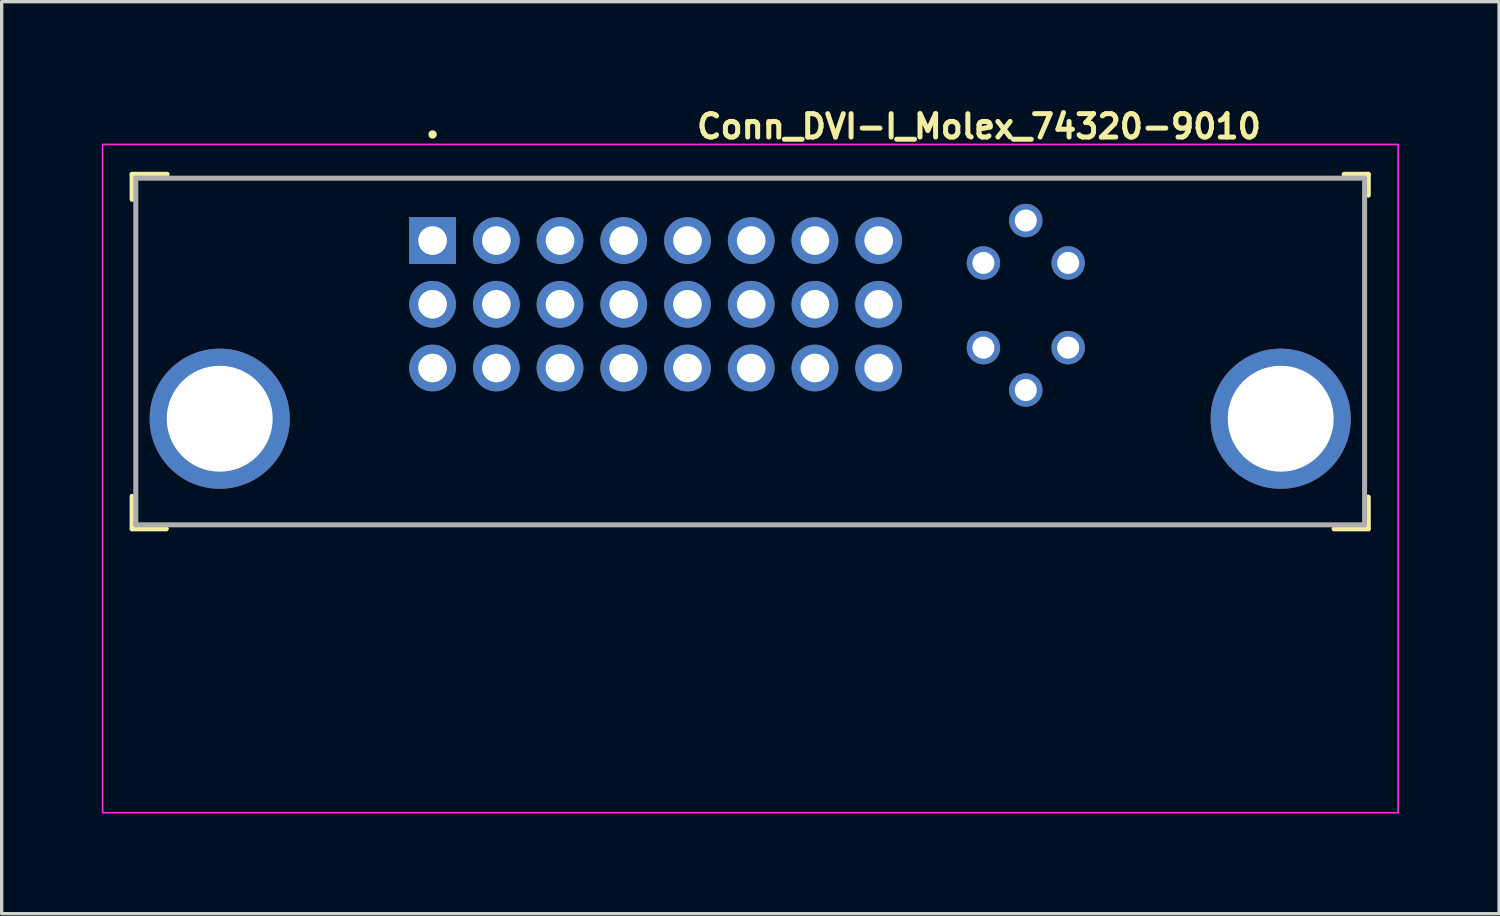
<source format=kicad_pcb>
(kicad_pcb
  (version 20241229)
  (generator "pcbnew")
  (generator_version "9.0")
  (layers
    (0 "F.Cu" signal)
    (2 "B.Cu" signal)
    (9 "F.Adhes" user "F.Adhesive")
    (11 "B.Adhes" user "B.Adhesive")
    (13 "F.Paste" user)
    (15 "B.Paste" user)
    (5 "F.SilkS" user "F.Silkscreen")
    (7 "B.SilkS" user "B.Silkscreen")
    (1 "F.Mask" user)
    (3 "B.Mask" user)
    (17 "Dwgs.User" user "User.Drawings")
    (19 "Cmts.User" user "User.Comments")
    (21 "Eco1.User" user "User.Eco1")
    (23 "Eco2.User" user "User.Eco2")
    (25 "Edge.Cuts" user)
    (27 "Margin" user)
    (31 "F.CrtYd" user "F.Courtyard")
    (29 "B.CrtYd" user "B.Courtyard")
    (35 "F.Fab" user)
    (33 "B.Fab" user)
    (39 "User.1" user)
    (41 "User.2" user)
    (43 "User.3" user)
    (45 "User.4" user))
  (footprint "Conn_DVI-I_Molex_74320-9010"
    (layer "F.Cu")
    (at 9.915 4.16)
    (property "Reference" "Conn_DVI-I_Molex_74320-9010" (at 7.845 -3.01 0) (layer "F.SilkS") (effects (font (size 0.7 0.7) (thickness 0.15)) (justify left bottom)))
    (attr through_hole)
    (fp_line (start -9.005 -1.985) (end -9.005 -1.235) (stroke (width 0.15) (type solid)) (layer "F.SilkS"))
    (fp_line (start -9.005 7.665) (end -9.005 8.64) (stroke (width 0.15) (type solid)) (layer "F.SilkS"))
    (fp_line (start -9.005 8.64) (end -7.98 8.64) (stroke (width 0.15) (type solid)) (layer "F.SilkS"))
    (fp_line (start -7.955 -1.985) (end -9.005 -1.985) (stroke (width 0.15) (type solid)) (layer "F.SilkS"))
    (fp_line (start 27.32 -1.985) (end 28.045 -1.985) (stroke (width 0.15) (type solid)) (layer "F.SilkS"))
    (fp_line (start 28.045 -1.985) (end 28.045 -1.36) (stroke (width 0.15) (type solid)) (layer "F.SilkS"))
    (fp_line (start 28.045 7.69) (end 28.045 8.64) (stroke (width 0.15) (type solid)) (layer "F.SilkS"))
    (fp_line (start 28.045 8.64) (end 27.02 8.64) (stroke (width 0.15) (type solid)) (layer "F.SilkS"))
    (fp_circle (center 0 -3.18) (end 0.05 -3.18) (stroke (width 0.15) (type solid)) (fill yes) (layer "F.SilkS"))
    (fp_rect (start -9.89 -2.88) (end 28.94 17.15) (stroke (width 0.05) (type solid)) (fill no) (layer "F.CrtYd"))
    (fp_line (start -8.895 -1.87) (end -8.895 8.52) (stroke (width 0.15) (type solid)) (layer "F.Fab"))
    (fp_line (start -8.895 -1.87) (end 27.935 -1.87) (stroke (width 0.15) (type solid)) (layer "F.Fab"))
    (fp_line (start -8.895 8.52) (end 27.935 8.52) (stroke (width 0.15) (type solid)) (layer "F.Fab"))
    (fp_line (start 27.935 -1.87) (end 27.935 8.52) (stroke (width 0.15) (type solid)) (layer "F.Fab"))
    (fp_rect (start -8.895 -1.88) (end 27.935 16.15) (stroke (width 0.1) (type solid)) (fill no) (layer "User.5"))
    (fp_line (start -8.895 -1.88) (end -8.895 0.02) (stroke (width 0.02) (type solid)) (layer "User.9"))
    (fp_line (start -8.895 -1.88) (end -1.91 -1.88) (stroke (width 0.02) (type solid)) (layer "User.9"))
    (fp_line (start -8.895 0.02) (end -8.895 3.22) (stroke (width 0.02) (type solid)) (layer "User.9"))
    (fp_line (start -8.895 0.02) (end -7.625 0.02) (stroke (width 0.02) (type solid)) (layer "User.9"))
    (fp_line (start -8.895 3.22) (end -8.895 4.36) (stroke (width 0.02) (type solid)) (layer "User.9"))
    (fp_line (start -8.895 3.22) (end -8.395 3.22) (stroke (width 0.02) (type solid)) (layer "User.9"))
    (fp_line (start -8.895 4.61) (end -8.895 4.36) (stroke (width 0.02) (type solid)) (layer "User.9"))
    (fp_line (start -8.895 9.65) (end -8.895 4.68) (stroke (width 0.02) (type solid)) (layer "User.9"))
    (fp_line (start -8.395 2.64) (end -7.625 1.57) (stroke (width 0.02) (type solid)) (layer "User.9"))
    (fp_line (start -8.395 3.22) (end -8.395 2.64) (stroke (width 0.02) (type solid)) (layer "User.9"))
    (fp_line (start -8.395 3.22) (end -8.395 4.36) (stroke (width 0.02) (type solid)) (layer "User.9"))
    (fp_line (start -8.395 4.36) (end -8.895 4.36) (stroke (width 0.02) (type solid)) (layer "User.9"))
    (fp_line (start -8.395 4.36) (end -8.395 4.61) (stroke (width 0.02) (type solid)) (layer "User.9"))
    (fp_line (start -8.395 4.61) (end -8.895 4.61) (stroke (width 0.02) (type solid)) (layer "User.9"))
    (fp_line (start -8.395 4.61) (end -7.625 4.61) (stroke (width 0.02) (type solid)) (layer "User.9"))
    (fp_line (start -7.826 4.68) (end -7.818 4.662) (stroke (width 0.02) (type solid)) (layer "User.9"))
    (fp_line (start -7.818 4.662) (end -7.809 4.645) (stroke (width 0.02) (type solid)) (layer "User.9"))
    (fp_line (start -7.809 4.645) (end -7.801 4.627) (stroke (width 0.02) (type solid)) (layer "User.9"))
    (fp_line (start -7.801 4.627) (end -7.792 4.61) (stroke (width 0.02) (type solid)) (layer "User.9"))
    (fp_line (start -7.625 0.02) (end -7.625 1.57) (stroke (width 0.02) (type solid)) (layer "User.9"))
    (fp_line (start -7.625 4.61) (end -7.625 1.57) (stroke (width 0.02) (type solid)) (layer "User.9"))
    (fp_line (start -7.625 4.61) (end -3.98 4.61) (stroke (width 0.02) (type solid)) (layer "User.9"))
    (fp_line (start -6.635 4.68) (end -6.635 4.61) (stroke (width 0.02) (type solid)) (layer "User.9"))
    (fp_line (start -6.125 4.68) (end -6.125 4.61) (stroke (width 0.02) (type solid)) (layer "User.9"))
    (fp_line (start -4.968 4.61) (end -4.959 4.627) (stroke (width 0.02) (type solid)) (layer "User.9"))
    (fp_line (start -4.959 4.627) (end -4.951 4.645) (stroke (width 0.02) (type solid)) (layer "User.9"))
    (fp_line (start -4.951 4.645) (end -4.942 4.662) (stroke (width 0.02) (type solid)) (layer "User.9"))
    (fp_line (start -4.942 4.662) (end -4.934 4.68) (stroke (width 0.02) (type solid)) (layer "User.9"))
    (fp_line (start -3.98 4.68) (end -3.98 4.61) (stroke (width 0.02) (type solid)) (layer "User.9"))
    (fp_line (start -3.93 4.68) (end -8.895 4.68) (stroke (width 0.02) (type solid)) (layer "User.9"))
    (fp_line (start -3.93 4.68) (end -3.93 5.18) (stroke (width 0.02) (type solid)) (layer "User.9"))
    (fp_line (start -3.93 5.18) (end 22.97 5.18) (stroke (width 0.02) (type solid)) (layer "User.9"))
    (fp_line (start -2.945 9.65) (end -2.923 9.651) (stroke (width 0.02) (type solid)) (layer "User.9"))
    (fp_line (start -2.923 9.651) (end -2.901 9.652) (stroke (width 0.02) (type solid)) (layer "User.9"))
    (fp_line (start -2.901 9.652) (end -2.879 9.655) (stroke (width 0.02) (type solid)) (layer "User.9"))
    (fp_line (start -2.879 9.655) (end -2.857 9.659) (stroke (width 0.02) (type solid)) (layer "User.9"))
    (fp_line (start -2.857 9.659) (end -2.835 9.664) (stroke (width 0.02) (type solid)) (layer "User.9"))
    (fp_line (start -2.835 9.664) (end -2.814 9.669) (stroke (width 0.02) (type solid)) (layer "User.9"))
    (fp_line (start -2.814 9.669) (end -2.793 9.676) (stroke (width 0.02) (type solid)) (layer "User.9"))
    (fp_line (start -2.793 9.676) (end -2.773 9.684) (stroke (width 0.02) (type solid)) (layer "User.9"))
    (fp_line (start -2.773 9.684) (end -2.753 9.693) (stroke (width 0.02) (type solid)) (layer "User.9"))
    (fp_line (start -2.753 9.693) (end -2.733 9.703) (stroke (width 0.02) (type solid)) (layer "User.9"))
    (fp_line (start -2.733 9.703) (end -2.714 9.714) (stroke (width 0.02) (type solid)) (layer "User.9"))
    (fp_line (start -2.714 9.714) (end -2.695 9.726) (stroke (width 0.02) (type solid)) (layer "User.9"))
    (fp_line (start -2.695 9.726) (end -2.677 9.738) (stroke (width 0.02) (type solid)) (layer "User.9"))
    (fp_line (start -2.677 9.738) (end -2.66 9.752) (stroke (width 0.02) (type solid)) (layer "User.9"))
    (fp_line (start -2.66 9.752) (end -2.643 9.766) (stroke (width 0.02) (type solid)) (layer "User.9"))
    (fp_line (start -2.643 9.766) (end -2.627 9.782) (stroke (width 0.02) (type solid)) (layer "User.9"))
    (fp_line (start -2.627 9.782) (end -2.627 9.782) (stroke (width 0.02) (type solid)) (layer "User.9"))
    (fp_line (start -2.627 9.782) (end -2.611 9.798) (stroke (width 0.02) (type solid)) (layer "User.9"))
    (fp_line (start -2.611 9.798) (end -2.597 9.815) (stroke (width 0.02) (type solid)) (layer "User.9"))
    (fp_line (start -2.597 9.815) (end -2.583 9.832) (stroke (width 0.02) (type solid)) (layer "User.9"))
    (fp_line (start -2.583 9.832) (end -2.571 9.85) (stroke (width 0.02) (type solid)) (layer "User.9"))
    (fp_line (start -2.571 9.85) (end -2.559 9.869) (stroke (width 0.02) (type solid)) (layer "User.9"))
    (fp_line (start -2.559 9.869) (end -2.548 9.888) (stroke (width 0.02) (type solid)) (layer "User.9"))
    (fp_line (start -2.548 9.888) (end -2.538 9.908) (stroke (width 0.02) (type solid)) (layer "User.9"))
    (fp_line (start -2.538 9.908) (end -2.529 9.928) (stroke (width 0.02) (type solid)) (layer "User.9"))
    (fp_line (start -2.529 9.928) (end -2.521 9.948) (stroke (width 0.02) (type solid)) (layer "User.9"))
    (fp_line (start -2.521 9.948) (end -2.514 9.969) (stroke (width 0.02) (type solid)) (layer "User.9"))
    (fp_line (start -2.514 9.969) (end -2.509 9.99) (stroke (width 0.02) (type solid)) (layer "User.9"))
    (fp_line (start -2.509 9.99) (end -2.504 10.012) (stroke (width 0.02) (type solid)) (layer "User.9"))
    (fp_line (start -2.504 10.012) (end -2.5 10.034) (stroke (width 0.02) (type solid)) (layer "User.9"))
    (fp_line (start -2.5 10.034) (end -2.497 10.056) (stroke (width 0.02) (type solid)) (layer "User.9"))
    (fp_line (start -2.497 10.056) (end -2.496 10.078) (stroke (width 0.02) (type solid)) (layer "User.9"))
    (fp_line (start -2.496 10.078) (end -2.495 10.1) (stroke (width 0.02) (type solid)) (layer "User.9"))
    (fp_line (start -2.495 10.1) (end -2.495 15.389) (stroke (width 0.02) (type solid)) (layer "User.9"))
    (fp_line (start -2.495 15.389) (end -2.494 15.427) (stroke (width 0.02) (type solid)) (layer "User.9"))
    (fp_line (start -2.494 15.427) (end -2.491 15.465) (stroke (width 0.02) (type solid)) (layer "User.9"))
    (fp_line (start -2.491 15.465) (end -2.487 15.502) (stroke (width 0.02) (type solid)) (layer "User.9"))
    (fp_line (start -2.487 15.502) (end -2.48 15.539) (stroke (width 0.02) (type solid)) (layer "User.9"))
    (fp_line (start -2.48 15.539) (end -2.472 15.575) (stroke (width 0.02) (type solid)) (layer "User.9"))
    (fp_line (start -2.472 15.575) (end -2.462 15.61) (stroke (width 0.02) (type solid)) (layer "User.9"))
    (fp_line (start -2.462 15.61) (end -2.451 15.644) (stroke (width 0.02) (type solid)) (layer "User.9"))
    (fp_line (start -2.451 15.644) (end -2.438 15.678) (stroke (width 0.02) (type solid)) (layer "User.9"))
    (fp_line (start -2.438 15.678) (end -2.424 15.711) (stroke (width 0.02) (type solid)) (layer "User.9"))
    (fp_line (start -2.424 15.711) (end -2.408 15.744) (stroke (width 0.02) (type solid)) (layer "User.9"))
    (fp_line (start -2.408 15.744) (end -2.39 15.775) (stroke (width 0.02) (type solid)) (layer "User.9"))
    (fp_line (start -2.39 15.775) (end -2.371 15.805) (stroke (width 0.02) (type solid)) (layer "User.9"))
    (fp_line (start -2.371 15.805) (end -2.351 15.835) (stroke (width 0.02) (type solid)) (layer "User.9"))
    (fp_line (start -2.351 15.835) (end -2.329 15.863) (stroke (width 0.02) (type solid)) (layer "User.9"))
    (fp_line (start -2.329 15.863) (end -2.306 15.891) (stroke (width 0.02) (type solid)) (layer "User.9"))
    (fp_line (start -2.306 15.891) (end -2.282 15.917) (stroke (width 0.02) (type solid)) (layer "User.9"))
    (fp_line (start -2.282 15.917) (end -2.257 15.942) (stroke (width 0.02) (type solid)) (layer "User.9"))
    (fp_line (start -2.257 15.942) (end -2.231 15.966) (stroke (width 0.02) (type solid)) (layer "User.9"))
    (fp_line (start -2.231 15.966) (end -2.203 15.989) (stroke (width 0.02) (type solid)) (layer "User.9"))
    (fp_line (start -2.203 15.989) (end -2.174 16.01) (stroke (width 0.02) (type solid)) (layer "User.9"))
    (fp_line (start -2.174 16.01) (end -2.145 16.03) (stroke (width 0.02) (type solid)) (layer "User.9"))
    (fp_line (start -2.145 16.03) (end -2.114 16.049) (stroke (width 0.02) (type solid)) (layer "User.9"))
    (fp_line (start -2.114 16.049) (end -2.082 16.066) (stroke (width 0.02) (type solid)) (layer "User.9"))
    (fp_line (start -2.082 16.066) (end -2.05 16.082) (stroke (width 0.02) (type solid)) (layer "User.9"))
    (fp_line (start -2.05 16.082) (end -2.017 16.096) (stroke (width 0.02) (type solid)) (layer "User.9"))
    (fp_line (start -2.017 16.096) (end -1.982 16.109) (stroke (width 0.02) (type solid)) (layer "User.9"))
    (fp_line (start -1.982 16.109) (end -1.947 16.12) (stroke (width 0.02) (type solid)) (layer "User.9"))
    (fp_line (start -1.947 16.12) (end -1.912 16.13) (stroke (width 0.02) (type solid)) (layer "User.9"))
    (fp_line (start -1.912 16.13) (end -1.876 16.138) (stroke (width 0.02) (type solid)) (layer "User.9"))
    (fp_line (start -1.91 -1.88) (end -1.91 -0.81) (stroke (width 0.02) (type solid)) (layer "User.9"))
    (fp_line (start -1.91 1.69) (end -1.91 -0.81) (stroke (width 0.02) (type solid)) (layer "User.9"))
    (fp_line (start -1.91 4.61) (end -1.91 1.69) (stroke (width 0.02) (type solid)) (layer "User.9"))
    (fp_line (start -1.91 4.61) (end -0.255 4.61) (stroke (width 0.02) (type solid)) (layer "User.9"))
    (fp_line (start -1.876 16.138) (end -1.839 16.144) (stroke (width 0.02) (type solid)) (layer "User.9"))
    (fp_line (start -1.839 16.144) (end -1.801 16.148) (stroke (width 0.02) (type solid)) (layer "User.9"))
    (fp_line (start -1.801 16.148) (end -1.763 16.15) (stroke (width 0.02) (type solid)) (layer "User.9"))
    (fp_line (start -1.763 16.15) (end -1.759 16.15) (stroke (width 0.02) (type solid)) (layer "User.9"))
    (fp_line (start -1.759 16.15) (end -1.759 16.15) (stroke (width 0.02) (type solid)) (layer "User.9"))
    (fp_line (start -1.759 16.15) (end -1.731 16.15) (stroke (width 0.02) (type solid)) (layer "User.9"))
    (fp_line (start -1.731 16.15) (end -1.731 16.15) (stroke (width 0.02) (type solid)) (layer "User.9"))
    (fp_line (start -1.731 16.15) (end -1.674 16.15) (stroke (width 0.02) (type solid)) (layer "User.9"))
    (fp_line (start -1.674 16.15) (end -1.674 16.15) (stroke (width 0.02) (type solid)) (layer "User.9"))
    (fp_line (start -1.674 16.15) (end -1.594 16.15) (stroke (width 0.02) (type solid)) (layer "User.9"))
    (fp_line (start -1.594 16.15) (end -1.594 16.15) (stroke (width 0.02) (type solid)) (layer "User.9"))
    (fp_line (start -1.594 16.15) (end -1.185 16.15) (stroke (width 0.02) (type solid)) (layer "User.9"))
    (fp_line (start -1.185 16.15) (end 20.225 16.15) (stroke (width 0.02) (type solid)) (layer "User.9"))
    (fp_line (start -0.255 -0.134) (end -0.255 -0.13) (stroke (width 0.02) (type solid)) (layer "User.9"))
    (fp_line (start -0.255 -0.134) (end 0.245 -0.134) (stroke (width 0.02) (type solid)) (layer "User.9"))
    (fp_line (start -0.255 -0.13) (end -0.255 -0.13) (stroke (width 0.02) (type solid)) (layer "User.9"))
    (fp_line (start -0.255 -0.13) (end -0.255 -0.099) (stroke (width 0.02) (type solid)) (layer "User.9"))
    (fp_line (start -0.255 -0.099) (end -0.255 -0.099) (stroke (width 0.02) (type solid)) (layer "User.9"))
    (fp_line (start -0.255 -0.099) (end -0.255 -0.038) (stroke (width 0.02) (type solid)) (layer "User.9"))
    (fp_line (start -0.255 -0.038) (end -0.255 -0.038) (stroke (width 0.02) (type solid)) (layer "User.9"))
    (fp_line (start -0.255 -0.038) (end -0.255 0.049) (stroke (width 0.02) (type solid)) (layer "User.9"))
    (fp_line (start -0.255 0.049) (end -0.255 0.049) (stroke (width 0.02) (type solid)) (layer "User.9"))
    (fp_line (start -0.255 0.049) (end -0.255 0.491) (stroke (width 0.02) (type solid)) (layer "User.9"))
    (fp_line (start -0.255 0.491) (end -0.255 5.18) (stroke (width 0.02) (type solid)) (layer "User.9"))
    (fp_line (start -0.255 1.69) (end -1.91 1.69) (stroke (width 0.02) (type solid)) (layer "User.9"))
    (fp_line (start 0.245 -0.134) (end 0.245 -0.13) (stroke (width 0.02) (type solid)) (layer "User.9"))
    (fp_line (start 0.245 -0.13) (end 0.245 -0.13) (stroke (width 0.02) (type solid)) (layer "User.9"))
    (fp_line (start 0.245 -0.13) (end 0.245 -0.099) (stroke (width 0.02) (type solid)) (layer "User.9"))
    (fp_line (start 0.245 -0.099) (end 0.245 -0.099) (stroke (width 0.02) (type solid)) (layer "User.9"))
    (fp_line (start 0.245 -0.099) (end 0.245 -0.038) (stroke (width 0.02) (type solid)) (layer "User.9"))
    (fp_line (start 0.245 -0.038) (end 0.245 -0.038) (stroke (width 0.02) (type solid)) (layer "User.9"))
    (fp_line (start 0.245 -0.038) (end 0.245 0.049) (stroke (width 0.02) (type solid)) (layer "User.9"))
    (fp_line (start 0.245 0.049) (end 0.245 0.049) (stroke (width 0.02) (type solid)) (layer "User.9"))
    (fp_line (start 0.245 0.049) (end 0.245 0.491) (stroke (width 0.02) (type solid)) (layer "User.9"))
    (fp_line (start 0.245 0.491) (end 0.245 5.18) (stroke (width 0.02) (type solid)) (layer "User.9"))
    (fp_line (start 0.245 4.61) (end 1.65 4.61) (stroke (width 0.02) (type solid)) (layer "User.9"))
    (fp_line (start 1.65 -0.134) (end 1.65 -0.13) (stroke (width 0.02) (type solid)) (layer "User.9"))
    (fp_line (start 1.65 -0.134) (end 2.15 -0.134) (stroke (width 0.02) (type solid)) (layer "User.9"))
    (fp_line (start 1.65 -0.13) (end 1.65 -0.13) (stroke (width 0.02) (type solid)) (layer "User.9"))
    (fp_line (start 1.65 -0.13) (end 1.65 -0.099) (stroke (width 0.02) (type solid)) (layer "User.9"))
    (fp_line (start 1.65 -0.099) (end 1.65 -0.099) (stroke (width 0.02) (type solid)) (layer "User.9"))
    (fp_line (start 1.65 -0.099) (end 1.65 -0.038) (stroke (width 0.02) (type solid)) (layer "User.9"))
    (fp_line (start 1.65 -0.038) (end 1.65 -0.038) (stroke (width 0.02) (type solid)) (layer "User.9"))
    (fp_line (start 1.65 -0.038) (end 1.65 0.049) (stroke (width 0.02) (type solid)) (layer "User.9"))
    (fp_line (start 1.65 0.049) (end 1.65 0.049) (stroke (width 0.02) (type solid)) (layer "User.9"))
    (fp_line (start 1.65 0.049) (end 1.65 0.491) (stroke (width 0.02) (type solid)) (layer "User.9"))
    (fp_line (start 1.65 0.491) (end 1.65 5.18) (stroke (width 0.02) (type solid)) (layer "User.9"))
    (fp_line (start 1.65 1.69) (end 0.245 1.69) (stroke (width 0.02) (type solid)) (layer "User.9"))
    (fp_line (start 2.15 -0.134) (end 2.15 -0.13) (stroke (width 0.02) (type solid)) (layer "User.9"))
    (fp_line (start 2.15 -0.13) (end 2.15 -0.13) (stroke (width 0.02) (type solid)) (layer "User.9"))
    (fp_line (start 2.15 -0.13) (end 2.15 -0.099) (stroke (width 0.02) (type solid)) (layer "User.9"))
    (fp_line (start 2.15 -0.099) (end 2.15 -0.099) (stroke (width 0.02) (type solid)) (layer "User.9"))
    (fp_line (start 2.15 -0.099) (end 2.15 -0.038) (stroke (width 0.02) (type solid)) (layer "User.9"))
    (fp_line (start 2.15 -0.038) (end 2.15 -0.038) (stroke (width 0.02) (type solid)) (layer "User.9"))
    (fp_line (start 2.15 -0.038) (end 2.15 0.049) (stroke (width 0.02) (type solid)) (layer "User.9"))
    (fp_line (start 2.15 0.049) (end 2.15 0.049) (stroke (width 0.02) (type solid)) (layer "User.9"))
    (fp_line (start 2.15 0.049) (end 2.15 0.491) (stroke (width 0.02) (type solid)) (layer "User.9"))
    (fp_line (start 2.15 0.491) (end 2.15 5.18) (stroke (width 0.02) (type solid)) (layer "User.9"))
    (fp_line (start 2.15 4.61) (end 3.555 4.61) (stroke (width 0.02) (type solid)) (layer "User.9"))
    (fp_line (start 3.555 -0.134) (end 3.555 -0.13) (stroke (width 0.02) (type solid)) (layer "User.9"))
    (fp_line (start 3.555 -0.134) (end 4.055 -0.134) (stroke (width 0.02) (type solid)) (layer "User.9"))
    (fp_line (start 3.555 -0.13) (end 3.555 -0.13) (stroke (width 0.02) (type solid)) (layer "User.9"))
    (fp_line (start 3.555 -0.13) (end 3.555 -0.099) (stroke (width 0.02) (type solid)) (layer "User.9"))
    (fp_line (start 3.555 -0.099) (end 3.555 -0.099) (stroke (width 0.02) (type solid)) (layer "User.9"))
    (fp_line (start 3.555 -0.099) (end 3.555 -0.038) (stroke (width 0.02) (type solid)) (layer "User.9"))
    (fp_line (start 3.555 -0.038) (end 3.555 -0.038) (stroke (width 0.02) (type solid)) (layer "User.9"))
    (fp_line (start 3.555 -0.038) (end 3.555 0.049) (stroke (width 0.02) (type solid)) (layer "User.9"))
    (fp_line (start 3.555 0.049) (end 3.555 0.049) (stroke (width 0.02) (type solid)) (layer "User.9"))
    (fp_line (start 3.555 0.049) (end 3.555 0.491) (stroke (width 0.02) (type solid)) (layer "User.9"))
    (fp_line (start 3.555 0.491) (end 3.555 5.18) (stroke (width 0.02) (type solid)) (layer "User.9"))
    (fp_line (start 3.555 1.69) (end 2.15 1.69) (stroke (width 0.02) (type solid)) (layer "User.9"))
    (fp_line (start 4.055 -0.134) (end 4.055 -0.13) (stroke (width 0.02) (type solid)) (layer "User.9"))
    (fp_line (start 4.055 -0.13) (end 4.055 -0.13) (stroke (width 0.02) (type solid)) (layer "User.9"))
    (fp_line (start 4.055 -0.13) (end 4.055 -0.099) (stroke (width 0.02) (type solid)) (layer "User.9"))
    (fp_line (start 4.055 -0.099) (end 4.055 -0.099) (stroke (width 0.02) (type solid)) (layer "User.9"))
    (fp_line (start 4.055 -0.099) (end 4.055 -0.038) (stroke (width 0.02) (type solid)) (layer "User.9"))
    (fp_line (start 4.055 -0.038) (end 4.055 -0.038) (stroke (width 0.02) (type solid)) (layer "User.9"))
    (fp_line (start 4.055 -0.038) (end 4.055 0.049) (stroke (width 0.02) (type solid)) (layer "User.9"))
    (fp_line (start 4.055 0.049) (end 4.055 0.049) (stroke (width 0.02) (type solid)) (layer "User.9"))
    (fp_line (start 4.055 0.049) (end 4.055 0.491) (stroke (width 0.02) (type solid)) (layer "User.9"))
    (fp_line (start 4.055 0.491) (end 4.055 5.18) (stroke (width 0.02) (type solid)) (layer "User.9"))
    (fp_line (start 4.055 4.61) (end 5.46 4.61) (stroke (width 0.02) (type solid)) (layer "User.9"))
    (fp_line (start 5.46 -0.134) (end 5.46 -0.13) (stroke (width 0.02) (type solid)) (layer "User.9"))
    (fp_line (start 5.46 -0.134) (end 5.96 -0.134) (stroke (width 0.02) (type solid)) (layer "User.9"))
    (fp_line (start 5.46 -0.13) (end 5.46 -0.13) (stroke (width 0.02) (type solid)) (layer "User.9"))
    (fp_line (start 5.46 -0.13) (end 5.46 -0.099) (stroke (width 0.02) (type solid)) (layer "User.9"))
    (fp_line (start 5.46 -0.099) (end 5.46 -0.099) (stroke (width 0.02) (type solid)) (layer "User.9"))
    (fp_line (start 5.46 -0.099) (end 5.46 -0.038) (stroke (width 0.02) (type solid)) (layer "User.9"))
    (fp_line (start 5.46 -0.038) (end 5.46 -0.038) (stroke (width 0.02) (type solid)) (layer "User.9"))
    (fp_line (start 5.46 -0.038) (end 5.46 0.049) (stroke (width 0.02) (type solid)) (layer "User.9"))
    (fp_line (start 5.46 0.049) (end 5.46 0.049) (stroke (width 0.02) (type solid)) (layer "User.9"))
    (fp_line (start 5.46 0.049) (end 5.46 0.491) (stroke (width 0.02) (type solid)) (layer "User.9"))
    (fp_line (start 5.46 0.491) (end 5.46 5.18) (stroke (width 0.02) (type solid)) (layer "User.9"))
    (fp_line (start 5.46 1.69) (end 4.055 1.69) (stroke (width 0.02) (type solid)) (layer "User.9"))
    (fp_line (start 5.96 -0.134) (end 5.96 -0.13) (stroke (width 0.02) (type solid)) (layer "User.9"))
    (fp_line (start 5.96 -0.13) (end 5.96 -0.13) (stroke (width 0.02) (type solid)) (layer "User.9"))
    (fp_line (start 5.96 -0.13) (end 5.96 -0.099) (stroke (width 0.02) (type solid)) (layer "User.9"))
    (fp_line (start 5.96 -0.099) (end 5.96 -0.099) (stroke (width 0.02) (type solid)) (layer "User.9"))
    (fp_line (start 5.96 -0.099) (end 5.96 -0.038) (stroke (width 0.02) (type solid)) (layer "User.9"))
    (fp_line (start 5.96 -0.038) (end 5.96 -0.038) (stroke (width 0.02) (type solid)) (layer "User.9"))
    (fp_line (start 5.96 -0.038) (end 5.96 0.049) (stroke (width 0.02) (type solid)) (layer "User.9"))
    (fp_line (start 5.96 0.049) (end 5.96 0.049) (stroke (width 0.02) (type solid)) (layer "User.9"))
    (fp_line (start 5.96 0.049) (end 5.96 0.491) (stroke (width 0.02) (type solid)) (layer "User.9"))
    (fp_line (start 5.96 0.491) (end 5.96 5.18) (stroke (width 0.02) (type solid)) (layer "User.9"))
    (fp_line (start 5.96 4.61) (end 7.365 4.61) (stroke (width 0.02) (type solid)) (layer "User.9"))
    (fp_line (start 7.365 -0.134) (end 7.365 -0.13) (stroke (width 0.02) (type solid)) (layer "User.9"))
    (fp_line (start 7.365 -0.134) (end 7.865 -0.134) (stroke (width 0.02) (type solid)) (layer "User.9"))
    (fp_line (start 7.365 -0.13) (end 7.365 -0.13) (stroke (width 0.02) (type solid)) (layer "User.9"))
    (fp_line (start 7.365 -0.13) (end 7.365 -0.099) (stroke (width 0.02) (type solid)) (layer "User.9"))
    (fp_line (start 7.365 -0.099) (end 7.365 -0.099) (stroke (width 0.02) (type solid)) (layer "User.9"))
    (fp_line (start 7.365 -0.099) (end 7.365 -0.038) (stroke (width 0.02) (type solid)) (layer "User.9"))
    (fp_line (start 7.365 -0.038) (end 7.365 -0.038) (stroke (width 0.02) (type solid)) (layer "User.9"))
    (fp_line (start 7.365 -0.038) (end 7.365 0.049) (stroke (width 0.02) (type solid)) (layer "User.9"))
    (fp_line (start 7.365 0.049) (end 7.365 0.049) (stroke (width 0.02) (type solid)) (layer "User.9"))
    (fp_line (start 7.365 0.049) (end 7.365 0.491) (stroke (width 0.02) (type solid)) (layer "User.9"))
    (fp_line (start 7.365 0.491) (end 7.365 5.18) (stroke (width 0.02) (type solid)) (layer "User.9"))
    (fp_line (start 7.365 1.69) (end 5.96 1.69) (stroke (width 0.02) (type solid)) (layer "User.9"))
    (fp_line (start 7.865 -0.134) (end 7.865 -0.13) (stroke (width 0.02) (type solid)) (layer "User.9"))
    (fp_line (start 7.865 -0.13) (end 7.865 -0.13) (stroke (width 0.02) (type solid)) (layer "User.9"))
    (fp_line (start 7.865 -0.13) (end 7.865 -0.099) (stroke (width 0.02) (type solid)) (layer "User.9"))
    (fp_line (start 7.865 -0.099) (end 7.865 -0.099) (stroke (width 0.02) (type solid)) (layer "User.9"))
    (fp_line (start 7.865 -0.099) (end 7.865 -0.038) (stroke (width 0.02) (type solid)) (layer "User.9"))
    (fp_line (start 7.865 -0.038) (end 7.865 -0.038) (stroke (width 0.02) (type solid)) (layer "User.9"))
    (fp_line (start 7.865 -0.038) (end 7.865 0.049) (stroke (width 0.02) (type solid)) (layer "User.9"))
    (fp_line (start 7.865 0.049) (end 7.865 0.049) (stroke (width 0.02) (type solid)) (layer "User.9"))
    (fp_line (start 7.865 0.049) (end 7.865 0.491) (stroke (width 0.02) (type solid)) (layer "User.9"))
    (fp_line (start 7.865 0.491) (end 7.865 5.18) (stroke (width 0.02) (type solid)) (layer "User.9"))
    (fp_line (start 7.865 4.61) (end 9.27 4.61) (stroke (width 0.02) (type solid)) (layer "User.9"))
    (fp_line (start 9.27 -0.134) (end 9.27 -0.13) (stroke (width 0.02) (type solid)) (layer "User.9"))
    (fp_line (start 9.27 -0.134) (end 9.77 -0.134) (stroke (width 0.02) (type solid)) (layer "User.9"))
    (fp_line (start 9.27 -0.13) (end 9.27 -0.13) (stroke (width 0.02) (type solid)) (layer "User.9"))
    (fp_line (start 9.27 -0.13) (end 9.27 -0.099) (stroke (width 0.02) (type solid)) (layer "User.9"))
    (fp_line (start 9.27 -0.099) (end 9.27 -0.099) (stroke (width 0.02) (type solid)) (layer "User.9"))
    (fp_line (start 9.27 -0.099) (end 9.27 -0.038) (stroke (width 0.02) (type solid)) (layer "User.9"))
    (fp_line (start 9.27 -0.038) (end 9.27 -0.038) (stroke (width 0.02) (type solid)) (layer "User.9"))
    (fp_line (start 9.27 -0.038) (end 9.27 0.049) (stroke (width 0.02) (type solid)) (layer "User.9"))
    (fp_line (start 9.27 0.049) (end 9.27 0.049) (stroke (width 0.02) (type solid)) (layer "User.9"))
    (fp_line (start 9.27 0.049) (end 9.27 0.491) (stroke (width 0.02) (type solid)) (layer "User.9"))
    (fp_line (start 9.27 0.491) (end 9.27 5.18) (stroke (width 0.02) (type solid)) (layer "User.9"))
    (fp_line (start 9.27 1.69) (end 7.865 1.69) (stroke (width 0.02) (type solid)) (layer "User.9"))
    (fp_line (start 9.77 -0.134) (end 9.77 -0.13) (stroke (width 0.02) (type solid)) (layer "User.9"))
    (fp_line (start 9.77 -0.13) (end 9.77 -0.13) (stroke (width 0.02) (type solid)) (layer "User.9"))
    (fp_line (start 9.77 -0.13) (end 9.77 -0.099) (stroke (width 0.02) (type solid)) (layer "User.9"))
    (fp_line (start 9.77 -0.099) (end 9.77 -0.099) (stroke (width 0.02) (type solid)) (layer "User.9"))
    (fp_line (start 9.77 -0.099) (end 9.77 -0.038) (stroke (width 0.02) (type solid)) (layer "User.9"))
    (fp_line (start 9.77 -0.038) (end 9.77 -0.038) (stroke (width 0.02) (type solid)) (layer "User.9"))
    (fp_line (start 9.77 -0.038) (end 9.77 0.049) (stroke (width 0.02) (type solid)) (layer "User.9"))
    (fp_line (start 9.77 0.049) (end 9.77 0.049) (stroke (width 0.02) (type solid)) (layer "User.9"))
    (fp_line (start 9.77 0.049) (end 9.77 0.491) (stroke (width 0.02) (type solid)) (layer "User.9"))
    (fp_line (start 9.77 0.491) (end 9.77 5.18) (stroke (width 0.02) (type solid)) (layer "User.9"))
    (fp_line (start 9.77 4.61) (end 11.175 4.61) (stroke (width 0.02) (type solid)) (layer "User.9"))
    (fp_line (start 11.175 -0.134) (end 11.175 -0.13) (stroke (width 0.02) (type solid)) (layer "User.9"))
    (fp_line (start 11.175 -0.134) (end 11.675 -0.134) (stroke (width 0.02) (type solid)) (layer "User.9"))
    (fp_line (start 11.175 -0.13) (end 11.175 -0.13) (stroke (width 0.02) (type solid)) (layer "User.9"))
    (fp_line (start 11.175 -0.13) (end 11.175 -0.099) (stroke (width 0.02) (type solid)) (layer "User.9"))
    (fp_line (start 11.175 -0.099) (end 11.175 -0.099) (stroke (width 0.02) (type solid)) (layer "User.9"))
    (fp_line (start 11.175 -0.099) (end 11.175 -0.038) (stroke (width 0.02) (type solid)) (layer "User.9"))
    (fp_line (start 11.175 -0.038) (end 11.175 -0.038) (stroke (width 0.02) (type solid)) (layer "User.9"))
    (fp_line (start 11.175 -0.038) (end 11.175 0.049) (stroke (width 0.02) (type solid)) (layer "User.9"))
    (fp_line (start 11.175 0.049) (end 11.175 0.049) (stroke (width 0.02) (type solid)) (layer "User.9"))
    (fp_line (start 11.175 0.049) (end 11.175 0.491) (stroke (width 0.02) (type solid)) (layer "User.9"))
    (fp_line (start 11.175 0.491) (end 11.175 5.18) (stroke (width 0.02) (type solid)) (layer "User.9"))
    (fp_line (start 11.175 1.69) (end 9.77 1.69) (stroke (width 0.02) (type solid)) (layer "User.9"))
    (fp_line (start 11.675 -0.134) (end 11.675 -0.13) (stroke (width 0.02) (type solid)) (layer "User.9"))
    (fp_line (start 11.675 -0.13) (end 11.675 -0.13) (stroke (width 0.02) (type solid)) (layer "User.9"))
    (fp_line (start 11.675 -0.13) (end 11.675 -0.099) (stroke (width 0.02) (type solid)) (layer "User.9"))
    (fp_line (start 11.675 -0.099) (end 11.675 -0.099) (stroke (width 0.02) (type solid)) (layer "User.9"))
    (fp_line (start 11.675 -0.099) (end 11.675 -0.038) (stroke (width 0.02) (type solid)) (layer "User.9"))
    (fp_line (start 11.675 -0.038) (end 11.675 -0.038) (stroke (width 0.02) (type solid)) (layer "User.9"))
    (fp_line (start 11.675 -0.038) (end 11.675 0.049) (stroke (width 0.02) (type solid)) (layer "User.9"))
    (fp_line (start 11.675 0.049) (end 11.675 0.049) (stroke (width 0.02) (type solid)) (layer "User.9"))
    (fp_line (start 11.675 0.049) (end 11.675 0.491) (stroke (width 0.02) (type solid)) (layer "User.9"))
    (fp_line (start 11.675 0.491) (end 11.675 5.18) (stroke (width 0.02) (type solid)) (layer "User.9"))
    (fp_line (start 11.675 4.61) (end 13.08 4.61) (stroke (width 0.02) (type solid)) (layer "User.9"))
    (fp_line (start 13.08 -0.134) (end 13.08 -0.13) (stroke (width 0.02) (type solid)) (layer "User.9"))
    (fp_line (start 13.08 -0.134) (end 13.58 -0.134) (stroke (width 0.02) (type solid)) (layer "User.9"))
    (fp_line (start 13.08 -0.13) (end 13.08 -0.13) (stroke (width 0.02) (type solid)) (layer "User.9"))
    (fp_line (start 13.08 -0.13) (end 13.08 -0.099) (stroke (width 0.02) (type solid)) (layer "User.9"))
    (fp_line (start 13.08 -0.099) (end 13.08 -0.099) (stroke (width 0.02) (type solid)) (layer "User.9"))
    (fp_line (start 13.08 -0.099) (end 13.08 -0.038) (stroke (width 0.02) (type solid)) (layer "User.9"))
    (fp_line (start 13.08 -0.038) (end 13.08 -0.038) (stroke (width 0.02) (type solid)) (layer "User.9"))
    (fp_line (start 13.08 -0.038) (end 13.08 0.049) (stroke (width 0.02) (type solid)) (layer "User.9"))
    (fp_line (start 13.08 0.049) (end 13.08 0.049) (stroke (width 0.02) (type solid)) (layer "User.9"))
    (fp_line (start 13.08 0.049) (end 13.08 0.491) (stroke (width 0.02) (type solid)) (layer "User.9"))
    (fp_line (start 13.08 0.491) (end 13.08 5.18) (stroke (width 0.02) (type solid)) (layer "User.9"))
    (fp_line (start 13.08 1.69) (end 11.675 1.69) (stroke (width 0.02) (type solid)) (layer "User.9"))
    (fp_line (start 13.58 -0.134) (end 13.58 -0.13) (stroke (width 0.02) (type solid)) (layer "User.9"))
    (fp_line (start 13.58 -0.13) (end 13.58 -0.13) (stroke (width 0.02) (type solid)) (layer "User.9"))
    (fp_line (start 13.58 -0.13) (end 13.58 -0.099) (stroke (width 0.02) (type solid)) (layer "User.9"))
    (fp_line (start 13.58 -0.099) (end 13.58 -0.099) (stroke (width 0.02) (type solid)) (layer "User.9"))
    (fp_line (start 13.58 -0.099) (end 13.58 -0.038) (stroke (width 0.02) (type solid)) (layer "User.9"))
    (fp_line (start 13.58 -0.038) (end 13.58 -0.038) (stroke (width 0.02) (type solid)) (layer "User.9"))
    (fp_line (start 13.58 -0.038) (end 13.58 0.049) (stroke (width 0.02) (type solid)) (layer "User.9"))
    (fp_line (start 13.58 0.049) (end 13.58 0.049) (stroke (width 0.02) (type solid)) (layer "User.9"))
    (fp_line (start 13.58 0.049) (end 13.58 0.491) (stroke (width 0.02) (type solid)) (layer "User.9"))
    (fp_line (start 13.58 0.491) (end 13.58 5.18) (stroke (width 0.02) (type solid)) (layer "User.9"))
    (fp_line (start 13.58 4.61) (end 16.347 4.61) (stroke (width 0.02) (type solid)) (layer "User.9"))
    (fp_line (start 16.347 0.53) (end 16.347 0.536) (stroke (width 0.02) (type solid)) (layer "User.9"))
    (fp_line (start 16.347 0.53) (end 16.677 0.53) (stroke (width 0.02) (type solid)) (layer "User.9"))
    (fp_line (start 16.347 0.536) (end 16.347 0.536) (stroke (width 0.02) (type solid)) (layer "User.9"))
    (fp_line (start 16.347 0.536) (end 16.347 0.556) (stroke (width 0.02) (type solid)) (layer "User.9"))
    (fp_line (start 16.347 0.556) (end 16.347 0.556) (stroke (width 0.02) (type solid)) (layer "User.9"))
    (fp_line (start 16.347 0.556) (end 16.347 0.587) (stroke (width 0.02) (type solid)) (layer "User.9"))
    (fp_line (start 16.347 0.587) (end 16.347 0.587) (stroke (width 0.02) (type solid)) (layer "User.9"))
    (fp_line (start 16.347 0.587) (end 16.347 0.631) (stroke (width 0.02) (type solid)) (layer "User.9"))
    (fp_line (start 16.347 0.631) (end 16.347 0.631) (stroke (width 0.02) (type solid)) (layer "User.9"))
    (fp_line (start 16.347 0.631) (end 16.347 0.686) (stroke (width 0.02) (type solid)) (layer "User.9"))
    (fp_line (start 16.347 0.686) (end 16.347 0.686) (stroke (width 0.02) (type solid)) (layer "User.9"))
    (fp_line (start 16.347 0.686) (end 16.347 0.753) (stroke (width 0.02) (type solid)) (layer "User.9"))
    (fp_line (start 16.347 0.753) (end 16.347 0.753) (stroke (width 0.02) (type solid)) (layer "User.9"))
    (fp_line (start 16.347 0.753) (end 16.347 0.829) (stroke (width 0.02) (type solid)) (layer "User.9"))
    (fp_line (start 16.347 0.829) (end 16.347 0.829) (stroke (width 0.02) (type solid)) (layer "User.9"))
    (fp_line (start 16.347 0.829) (end 16.347 0.914) (stroke (width 0.02) (type solid)) (layer "User.9"))
    (fp_line (start 16.347 0.914) (end 16.347 0.914) (stroke (width 0.02) (type solid)) (layer "User.9"))
    (fp_line (start 16.347 0.914) (end 16.347 1.107) (stroke (width 0.02) (type solid)) (layer "User.9"))
    (fp_line (start 16.347 1.107) (end 16.347 1.107) (stroke (width 0.02) (type solid)) (layer "User.9"))
    (fp_line (start 16.347 1.107) (end 16.347 1.55) (stroke (width 0.02) (type solid)) (layer "User.9"))
    (fp_line (start 16.347 1.55) (end 16.347 5.18) (stroke (width 0.02) (type solid)) (layer "User.9"))
    (fp_line (start 16.347 1.69) (end 13.58 1.69) (stroke (width 0.02) (type solid)) (layer "User.9"))
    (fp_line (start 16.677 0.53) (end 16.677 0.536) (stroke (width 0.02) (type solid)) (layer "User.9"))
    (fp_line (start 16.677 0.536) (end 16.677 0.536) (stroke (width 0.02) (type solid)) (layer "User.9"))
    (fp_line (start 16.677 0.536) (end 16.677 0.556) (stroke (width 0.02) (type solid)) (layer "User.9"))
    (fp_line (start 16.677 0.556) (end 16.677 0.556) (stroke (width 0.02) (type solid)) (layer "User.9"))
    (fp_line (start 16.677 0.556) (end 16.677 0.587) (stroke (width 0.02) (type solid)) (layer "User.9"))
    (fp_line (start 16.677 0.587) (end 16.677 0.587) (stroke (width 0.02) (type solid)) (layer "User.9"))
    (fp_line (start 16.677 0.587) (end 16.677 0.631) (stroke (width 0.02) (type solid)) (layer "User.9"))
    (fp_line (start 16.677 0.631) (end 16.677 0.631) (stroke (width 0.02) (type solid)) (layer "User.9"))
    (fp_line (start 16.677 0.631) (end 16.677 0.686) (stroke (width 0.02) (type solid)) (layer "User.9"))
    (fp_line (start 16.677 0.686) (end 16.677 0.686) (stroke (width 0.02) (type solid)) (layer "User.9"))
    (fp_line (start 16.677 0.686) (end 16.677 0.753) (stroke (width 0.02) (type solid)) (layer "User.9"))
    (fp_line (start 16.677 0.753) (end 16.677 0.753) (stroke (width 0.02) (type solid)) (layer "User.9"))
    (fp_line (start 16.677 0.753) (end 16.677 0.829) (stroke (width 0.02) (type solid)) (layer "User.9"))
    (fp_line (start 16.677 0.829) (end 16.677 0.829) (stroke (width 0.02) (type solid)) (layer "User.9"))
    (fp_line (start 16.677 0.829) (end 16.677 0.914) (stroke (width 0.02) (type solid)) (layer "User.9"))
    (fp_line (start 16.677 0.914) (end 16.677 0.914) (stroke (width 0.02) (type solid)) (layer "User.9"))
    (fp_line (start 16.677 0.914) (end 16.677 1.107) (stroke (width 0.02) (type solid)) (layer "User.9"))
    (fp_line (start 16.677 1.107) (end 16.677 1.107) (stroke (width 0.02) (type solid)) (layer "User.9"))
    (fp_line (start 16.677 1.107) (end 16.677 1.55) (stroke (width 0.02) (type solid)) (layer "User.9"))
    (fp_line (start 16.677 1.55) (end 16.677 5.18) (stroke (width 0.02) (type solid)) (layer "User.9"))
    (fp_line (start 16.677 4.61) (end 16.762 4.61) (stroke (width 0.02) (type solid)) (layer "User.9"))
    (fp_line (start 16.762 -0.82) (end 17.012 -1.32) (stroke (width 0.02) (type solid)) (layer "User.9"))
    (fp_line (start 16.762 -0.815) (end 16.762 -0.82) (stroke (width 0.02) (type solid)) (layer "User.9"))
    (fp_line (start 16.762 -0.815) (end 16.762 -0.815) (stroke (width 0.02) (type solid)) (layer "User.9"))
    (fp_line (start 16.762 -0.81) (end -1.91 -0.81) (stroke (width 0.02) (type solid)) (layer "User.9"))
    (fp_line (start 16.762 -0.801) (end 16.762 -0.815) (stroke (width 0.02) (type solid)) (layer "User.9"))
    (fp_line (start 16.762 -0.801) (end 16.762 -0.801) (stroke (width 0.02) (type solid)) (layer "User.9"))
    (fp_line (start 16.762 -0.777) (end 16.762 -0.801) (stroke (width 0.02) (type solid)) (layer "User.9"))
    (fp_line (start 16.762 -0.777) (end 16.762 -0.777) (stroke (width 0.02) (type solid)) (layer "User.9"))
    (fp_line (start 16.762 -0.744) (end 16.762 -0.777) (stroke (width 0.02) (type solid)) (layer "User.9"))
    (fp_line (start 16.762 -0.744) (end 16.762 -0.744) (stroke (width 0.02) (type solid)) (layer "User.9"))
    (fp_line (start 16.762 -0.702) (end 16.762 -0.744) (stroke (width 0.02) (type solid)) (layer "User.9"))
    (fp_line (start 16.762 -0.702) (end 16.762 -0.702) (stroke (width 0.02) (type solid)) (layer "User.9"))
    (fp_line (start 16.762 -0.652) (end 16.762 -0.702) (stroke (width 0.02) (type solid)) (layer "User.9"))
    (fp_line (start 16.762 -0.652) (end 16.762 -0.652) (stroke (width 0.02) (type solid)) (layer "User.9"))
    (fp_line (start 16.762 -0.594) (end 16.762 -0.652) (stroke (width 0.02) (type solid)) (layer "User.9"))
    (fp_line (start 16.762 -0.594) (end 16.762 -0.594) (stroke (width 0.02) (type solid)) (layer "User.9"))
    (fp_line (start 16.762 -0.05) (end 16.762 -0.594) (stroke (width 0.02) (type solid)) (layer "User.9"))
    (fp_line (start 16.762 1.69) (end 16.677 1.69) (stroke (width 0.02) (type solid)) (layer "User.9"))
    (fp_line (start 16.762 5.18) (end 16.762 -0.05) (stroke (width 0.02) (type solid)) (layer "User.9"))
    (fp_line (start 17.012 -1.32) (end 17.272 -1.32) (stroke (width 0.02) (type solid)) (layer "User.9"))
    (fp_line (start 17.012 -1.312) (end 17.012 -1.32) (stroke (width 0.02) (type solid)) (layer "User.9"))
    (fp_line (start 17.012 -1.312) (end 17.012 -1.312) (stroke (width 0.02) (type solid)) (layer "User.9"))
    (fp_line (start 17.012 -1.288) (end 17.012 -1.312) (stroke (width 0.02) (type solid)) (layer "User.9"))
    (fp_line (start 17.012 -1.288) (end 17.012 -1.288) (stroke (width 0.02) (type solid)) (layer "User.9"))
    (fp_line (start 17.012 -1.249) (end 17.012 -1.288) (stroke (width 0.02) (type solid)) (layer "User.9"))
    (fp_line (start 17.012 -1.249) (end 17.012 -1.249) (stroke (width 0.02) (type solid)) (layer "User.9"))
    (fp_line (start 17.012 -1.194) (end 17.012 -1.249) (stroke (width 0.02) (type solid)) (layer "User.9"))
    (fp_line (start 17.012 -1.194) (end 17.012 -1.194) (stroke (width 0.02) (type solid)) (layer "User.9"))
    (fp_line (start 17.012 -1.125) (end 17.012 -1.194) (stroke (width 0.02) (type solid)) (layer "User.9"))
    (fp_line (start 17.012 -1.125) (end 17.012 -1.125) (stroke (width 0.02) (type solid)) (layer "User.9"))
    (fp_line (start 17.012 -1.043) (end 17.012 -1.125) (stroke (width 0.02) (type solid)) (layer "User.9"))
    (fp_line (start 17.012 -1.043) (end 17.012 -1.043) (stroke (width 0.02) (type solid)) (layer "User.9"))
    (fp_line (start 17.012 -0.948) (end 17.012 -1.043) (stroke (width 0.02) (type solid)) (layer "User.9"))
    (fp_line (start 17.012 -0.948) (end 17.012 -0.948) (stroke (width 0.02) (type solid)) (layer "User.9"))
    (fp_line (start 17.012 -0.842) (end 17.012 -0.948) (stroke (width 0.02) (type solid)) (layer "User.9"))
    (fp_line (start 17.012 -0.842) (end 17.012 -0.842) (stroke (width 0.02) (type solid)) (layer "User.9"))
    (fp_line (start 17.012 -0.726) (end 17.012 -0.842) (stroke (width 0.02) (type solid)) (layer "User.9"))
    (fp_line (start 17.012 -0.726) (end 17.012 -0.726) (stroke (width 0.02) (type solid)) (layer "User.9"))
    (fp_line (start 17.012 -0.469) (end 17.012 -0.726) (stroke (width 0.02) (type solid)) (layer "User.9"))
    (fp_line (start 17.012 -0.469) (end 17.012 -0.469) (stroke (width 0.02) (type solid)) (layer "User.9"))
    (fp_line (start 17.012 -0.05) (end 17.012 -0.469) (stroke (width 0.02) (type solid)) (layer "User.9"))
    (fp_line (start 17.012 4.99) (end 16.917 5.18) (stroke (width 0.02) (type solid)) (layer "User.9"))
    (fp_line (start 17.012 4.99) (end 17.012 -0.05) (stroke (width 0.02) (type solid)) (layer "User.9"))
    (fp_line (start 17.012 4.99) (end 17.272 4.99) (stroke (width 0.02) (type solid)) (layer "User.9"))
    (fp_line (start 17.272 -1.32) (end 17.272 -1.312) (stroke (width 0.02) (type solid)) (layer "User.9"))
    (fp_line (start 17.272 -1.32) (end 17.522 -0.82) (stroke (width 0.02) (type solid)) (layer "User.9"))
    (fp_line (start 17.272 -1.312) (end 17.272 -1.312) (stroke (width 0.02) (type solid)) (layer "User.9"))
    (fp_line (start 17.272 -1.312) (end 17.272 -1.288) (stroke (width 0.02) (type solid)) (layer "User.9"))
    (fp_line (start 17.272 -1.288) (end 17.272 -1.288) (stroke (width 0.02) (type solid)) (layer "User.9"))
    (fp_line (start 17.272 -1.288) (end 17.272 -1.249) (stroke (width 0.02) (type solid)) (layer "User.9"))
    (fp_line (start 17.272 -1.249) (end 17.272 -1.249) (stroke (width 0.02) (type solid)) (layer "User.9"))
    (fp_line (start 17.272 -1.249) (end 17.272 -1.194) (stroke (width 0.02) (type solid)) (layer "User.9"))
    (fp_line (start 17.272 -1.194) (end 17.272 -1.194) (stroke (width 0.02) (type solid)) (layer "User.9"))
    (fp_line (start 17.272 -1.194) (end 17.272 -1.125) (stroke (width 0.02) (type solid)) (layer "User.9"))
    (fp_line (start 17.272 -1.125) (end 17.272 -1.125) (stroke (width 0.02) (type solid)) (layer "User.9"))
    (fp_line (start 17.272 -1.125) (end 17.272 -1.043) (stroke (width 0.02) (type solid)) (layer "User.9"))
    (fp_line (start 17.272 -1.043) (end 17.272 -1.043) (stroke (width 0.02) (type solid)) (layer "User.9"))
    (fp_line (start 17.272 -1.043) (end 17.272 -0.948) (stroke (width 0.02) (type solid)) (layer "User.9"))
    (fp_line (start 17.272 -0.948) (end 17.272 -0.948) (stroke (width 0.02) (type solid)) (layer "User.9"))
    (fp_line (start 17.272 -0.948) (end 17.272 -0.842) (stroke (width 0.02) (type solid)) (layer "User.9"))
    (fp_line (start 17.272 -0.842) (end 17.272 -0.842) (stroke (width 0.02) (type solid)) (layer "User.9"))
    (fp_line (start 17.272 -0.842) (end 17.272 -0.726) (stroke (width 0.02) (type solid)) (layer "User.9"))
    (fp_line (start 17.272 -0.726) (end 17.272 -0.726) (stroke (width 0.02) (type solid)) (layer "User.9"))
    (fp_line (start 17.272 -0.726) (end 17.272 -0.601) (stroke (width 0.02) (type solid)) (layer "User.9"))
    (fp_line (start 17.272 -0.601) (end 17.272 -0.601) (stroke (width 0.02) (type solid)) (layer "User.9"))
    (fp_line (start 17.272 -0.601) (end 17.272 -0.05) (stroke (width 0.02) (type solid)) (layer "User.9"))
    (fp_line (start 17.272 -0.05) (end 17.272 4.99) (stroke (width 0.02) (type solid)) (layer "User.9"))
    (fp_line (start 17.367 5.18) (end 17.272 4.99) (stroke (width 0.02) (type solid)) (layer "User.9"))
    (fp_line (start 17.522 -0.82) (end 17.272 -1.32) (stroke (width 0.02) (type solid)) (layer "User.9"))
    (fp_line (start 17.522 -0.82) (end 17.522 -0.815) (stroke (width 0.02) (type solid)) (layer "User.9"))
    (fp_line (start 17.522 -0.815) (end 17.522 -0.815) (stroke (width 0.02) (type solid)) (layer "User.9"))
    (fp_line (start 17.522 -0.815) (end 17.522 -0.801) (stroke (width 0.02) (type solid)) (layer "User.9"))
    (fp_line (start 17.522 -0.801) (end 17.522 -0.801) (stroke (width 0.02) (type solid)) (layer "User.9"))
    (fp_line (start 17.522 -0.801) (end 17.522 -0.777) (stroke (width 0.02) (type solid)) (layer "User.9"))
    (fp_line (start 17.522 -0.777) (end 17.522 -0.777) (stroke (width 0.02) (type solid)) (layer "User.9"))
    (fp_line (start 17.522 -0.777) (end 17.522 -0.744) (stroke (width 0.02) (type solid)) (layer "User.9"))
    (fp_line (start 17.522 -0.744) (end 17.522 -0.744) (stroke (width 0.02) (type solid)) (layer "User.9"))
    (fp_line (start 17.522 -0.744) (end 17.522 -0.702) (stroke (width 0.02) (type solid)) (layer "User.9"))
    (fp_line (start 17.522 -0.702) (end 17.522 -0.702) (stroke (width 0.02) (type solid)) (layer "User.9"))
    (fp_line (start 17.522 -0.702) (end 17.522 -0.594) (stroke (width 0.02) (type solid)) (layer "User.9"))
    (fp_line (start 17.522 -0.594) (end 17.522 -0.594) (stroke (width 0.02) (type solid)) (layer "User.9"))
    (fp_line (start 17.522 -0.594) (end 17.522 -0.05) (stroke (width 0.02) (type solid)) (layer "User.9"))
    (fp_line (start 17.522 -0.05) (end 17.522 5.18) (stroke (width 0.02) (type solid)) (layer "User.9"))
    (fp_line (start 17.522 4.61) (end 17.624 4.61) (stroke (width 0.02) (type solid)) (layer "User.9"))
    (fp_line (start 17.624 -1.175) (end 17.624 5.18) (stroke (width 0.02) (type solid)) (layer "User.9"))
    (fp_line (start 17.624 -1.175) (end 17.929 -1.175) (stroke (width 0.02) (type solid)) (layer "User.9"))
    (fp_line (start 17.624 -0.81) (end 17.522 -0.81) (stroke (width 0.02) (type solid)) (layer "User.9"))
    (fp_line (start 17.624 1.69) (end 17.522 1.69) (stroke (width 0.02) (type solid)) (layer "User.9"))
    (fp_line (start 17.929 -1.175) (end 17.929 5.18) (stroke (width 0.02) (type solid)) (layer "User.9"))
    (fp_line (start 17.929 4.61) (end 18.032 4.61) (stroke (width 0.02) (type solid)) (layer "User.9"))
    (fp_line (start 18.032 -0.82) (end 18.282 -1.32) (stroke (width 0.02) (type solid)) (layer "User.9"))
    (fp_line (start 18.032 -0.815) (end 18.032 -0.82) (stroke (width 0.02) (type solid)) (layer "User.9"))
    (fp_line (start 18.032 -0.815) (end 18.032 -0.815) (stroke (width 0.02) (type solid)) (layer "User.9"))
    (fp_line (start 18.032 -0.81) (end 17.929 -0.81) (stroke (width 0.02) (type solid)) (layer "User.9"))
    (fp_line (start 18.032 -0.801) (end 18.032 -0.815) (stroke (width 0.02) (type solid)) (layer "User.9"))
    (fp_line (start 18.032 -0.801) (end 18.032 -0.801) (stroke (width 0.02) (type solid)) (layer "User.9"))
    (fp_line (start 18.032 -0.777) (end 18.032 -0.801) (stroke (width 0.02) (type solid)) (layer "User.9"))
    (fp_line (start 18.032 -0.777) (end 18.032 -0.777) (stroke (width 0.02) (type solid)) (layer "User.9"))
    (fp_line (start 18.032 -0.744) (end 18.032 -0.777) (stroke (width 0.02) (type solid)) (layer "User.9"))
    (fp_line (start 18.032 -0.744) (end 18.032 -0.744) (stroke (width 0.02) (type solid)) (layer "User.9"))
    (fp_line (start 18.032 -0.702) (end 18.032 -0.744) (stroke (width 0.02) (type solid)) (layer "User.9"))
    (fp_line (start 18.032 -0.702) (end 18.032 -0.702) (stroke (width 0.02) (type solid)) (layer "User.9"))
    (fp_line (start 18.032 -0.652) (end 18.032 -0.702) (stroke (width 0.02) (type solid)) (layer "User.9"))
    (fp_line (start 18.032 -0.652) (end 18.032 -0.652) (stroke (width 0.02) (type solid)) (layer "User.9"))
    (fp_line (start 18.032 -0.594) (end 18.032 -0.652) (stroke (width 0.02) (type solid)) (layer "User.9"))
    (fp_line (start 18.032 -0.594) (end 18.032 -0.594) (stroke (width 0.02) (type solid)) (layer "User.9"))
    (fp_line (start 18.032 -0.05) (end 18.032 -0.594) (stroke (width 0.02) (type solid)) (layer "User.9"))
    (fp_line (start 18.032 1.69) (end 17.929 1.69) (stroke (width 0.02) (type solid)) (layer "User.9"))
    (fp_line (start 18.032 5.18) (end 18.032 -0.05) (stroke (width 0.02) (type solid)) (layer "User.9"))
    (fp_line (start 18.282 -1.32) (end 18.542 -1.32) (stroke (width 0.02) (type solid)) (layer "User.9"))
    (fp_line (start 18.282 -1.312) (end 18.282 -1.32) (stroke (width 0.02) (type solid)) (layer "User.9"))
    (fp_line (start 18.282 -1.312) (end 18.282 -1.312) (stroke (width 0.02) (type solid)) (layer "User.9"))
    (fp_line (start 18.282 -1.288) (end 18.282 -1.312) (stroke (width 0.02) (type solid)) (layer "User.9"))
    (fp_line (start 18.282 -1.288) (end 18.282 -1.288) (stroke (width 0.02) (type solid)) (layer "User.9"))
    (fp_line (start 18.282 -1.249) (end 18.282 -1.288) (stroke (width 0.02) (type solid)) (layer "User.9"))
    (fp_line (start 18.282 -1.249) (end 18.282 -1.249) (stroke (width 0.02) (type solid)) (layer "User.9"))
    (fp_line (start 18.282 -1.194) (end 18.282 -1.249) (stroke (width 0.02) (type solid)) (layer "User.9"))
    (fp_line (start 18.282 -1.194) (end 18.282 -1.194) (stroke (width 0.02) (type solid)) (layer "User.9"))
    (fp_line (start 18.282 -1.125) (end 18.282 -1.194) (stroke (width 0.02) (type solid)) (layer "User.9"))
    (fp_line (start 18.282 -1.125) (end 18.282 -1.125) (stroke (width 0.02) (type solid)) (layer "User.9"))
    (fp_line (start 18.282 -1.043) (end 18.282 -1.125) (stroke (width 0.02) (type solid)) (layer "User.9"))
    (fp_line (start 18.282 -1.043) (end 18.282 -1.043) (stroke (width 0.02) (type solid)) (layer "User.9"))
    (fp_line (start 18.282 -0.948) (end 18.282 -1.043) (stroke (width 0.02) (type solid)) (layer "User.9"))
    (fp_line (start 18.282 -0.948) (end 18.282 -0.948) (stroke (width 0.02) (type solid)) (layer "User.9"))
    (fp_line (start 18.282 -0.842) (end 18.282 -0.948) (stroke (width 0.02) (type solid)) (layer "User.9"))
    (fp_line (start 18.282 -0.842) (end 18.282 -0.842) (stroke (width 0.02) (type solid)) (layer "User.9"))
    (fp_line (start 18.282 -0.726) (end 18.282 -0.842) (stroke (width 0.02) (type solid)) (layer "User.9"))
    (fp_line (start 18.282 -0.726) (end 18.282 -0.726) (stroke (width 0.02) (type solid)) (layer "User.9"))
    (fp_line (start 18.282 -0.469) (end 18.282 -0.726) (stroke (width 0.02) (type solid)) (layer "User.9"))
    (fp_line (start 18.282 -0.469) (end 18.282 -0.469) (stroke (width 0.02) (type solid)) (layer "User.9"))
    (fp_line (start 18.282 -0.05) (end 18.282 -0.469) (stroke (width 0.02) (type solid)) (layer "User.9"))
    (fp_line (start 18.282 4.99) (end 18.187 5.18) (stroke (width 0.02) (type solid)) (layer "User.9"))
    (fp_line (start 18.282 4.99) (end 18.282 -0.05) (stroke (width 0.02) (type solid)) (layer "User.9"))
    (fp_line (start 18.282 4.99) (end 18.542 4.99) (stroke (width 0.02) (type solid)) (layer "User.9"))
    (fp_line (start 18.542 -1.32) (end 18.542 -1.312) (stroke (width 0.02) (type solid)) (layer "User.9"))
    (fp_line (start 18.542 -1.32) (end 18.792 -0.82) (stroke (width 0.02) (type solid)) (layer "User.9"))
    (fp_line (start 18.542 -1.312) (end 18.542 -1.312) (stroke (width 0.02) (type solid)) (layer "User.9"))
    (fp_line (start 18.542 -1.312) (end 18.542 -1.288) (stroke (width 0.02) (type solid)) (layer "User.9"))
    (fp_line (start 18.542 -1.288) (end 18.542 -1.288) (stroke (width 0.02) (type solid)) (layer "User.9"))
    (fp_line (start 18.542 -1.288) (end 18.542 -1.249) (stroke (width 0.02) (type solid)) (layer "User.9"))
    (fp_line (start 18.542 -1.249) (end 18.542 -1.249) (stroke (width 0.02) (type solid)) (layer "User.9"))
    (fp_line (start 18.542 -1.249) (end 18.542 -1.194) (stroke (width 0.02) (type solid)) (layer "User.9"))
    (fp_line (start 18.542 -1.194) (end 18.542 -1.194) (stroke (width 0.02) (type solid)) (layer "User.9"))
    (fp_line (start 18.542 -1.194) (end 18.542 -1.125) (stroke (width 0.02) (type solid)) (layer "User.9"))
    (fp_line (start 18.542 -1.125) (end 18.542 -1.125) (stroke (width 0.02) (type solid)) (layer "User.9"))
    (fp_line (start 18.542 -1.125) (end 18.542 -1.043) (stroke (width 0.02) (type solid)) (layer "User.9"))
    (fp_line (start 18.542 -1.043) (end 18.542 -1.043) (stroke (width 0.02) (type solid)) (layer "User.9"))
    (fp_line (start 18.542 -1.043) (end 18.542 -0.948) (stroke (width 0.02) (type solid)) (layer "User.9"))
    (fp_line (start 18.542 -0.948) (end 18.542 -0.948) (stroke (width 0.02) (type solid)) (layer "User.9"))
    (fp_line (start 18.542 -0.948) (end 18.542 -0.842) (stroke (width 0.02) (type solid)) (layer "User.9"))
    (fp_line (start 18.542 -0.842) (end 18.542 -0.842) (stroke (width 0.02) (type solid)) (layer "User.9"))
    (fp_line (start 18.542 -0.842) (end 18.542 -0.726) (stroke (width 0.02) (type solid)) (layer "User.9"))
    (fp_line (start 18.542 -0.726) (end 18.542 -0.726) (stroke (width 0.02) (type solid)) (layer "User.9"))
    (fp_line (start 18.542 -0.726) (end 18.542 -0.601) (stroke (width 0.02) (type solid)) (layer "User.9"))
    (fp_line (start 18.542 -0.601) (end 18.542 -0.601) (stroke (width 0.02) (type solid)) (layer "User.9"))
    (fp_line (start 18.542 -0.601) (end 18.542 -0.05) (stroke (width 0.02) (type solid)) (layer "User.9"))
    (fp_line (start 18.542 -0.05) (end 18.542 4.99) (stroke (width 0.02) (type solid)) (layer "User.9"))
    (fp_line (start 18.637 5.18) (end 18.542 4.99) (stroke (width 0.02) (type solid)) (layer "User.9"))
    (fp_line (start 18.792 -0.82) (end 18.542 -1.32) (stroke (width 0.02) (type solid)) (layer "User.9"))
    (fp_line (start 18.792 -0.82) (end 18.792 -0.815) (stroke (width 0.02) (type solid)) (layer "User.9"))
    (fp_line (start 18.792 -0.815) (end 18.792 -0.815) (stroke (width 0.02) (type solid)) (layer "User.9"))
    (fp_line (start 18.792 -0.815) (end 18.792 -0.801) (stroke (width 0.02) (type solid)) (layer "User.9"))
    (fp_line (start 18.792 -0.801) (end 18.792 -0.801) (stroke (width 0.02) (type solid)) (layer "User.9"))
    (fp_line (start 18.792 -0.801) (end 18.792 -0.777) (stroke (width 0.02) (type solid)) (layer "User.9"))
    (fp_line (start 18.792 -0.777) (end 18.792 -0.777) (stroke (width 0.02) (type solid)) (layer "User.9"))
    (fp_line (start 18.792 -0.777) (end 18.792 -0.744) (stroke (width 0.02) (type solid)) (layer "User.9"))
    (fp_line (start 18.792 -0.744) (end 18.792 -0.744) (stroke (width 0.02) (type solid)) (layer "User.9"))
    (fp_line (start 18.792 -0.744) (end 18.792 -0.702) (stroke (width 0.02) (type solid)) (layer "User.9"))
    (fp_line (start 18.792 -0.702) (end 18.792 -0.702) (stroke (width 0.02) (type solid)) (layer "User.9"))
    (fp_line (start 18.792 -0.702) (end 18.792 -0.594) (stroke (width 0.02) (type solid)) (layer "User.9"))
    (fp_line (start 18.792 -0.594) (end 18.792 -0.594) (stroke (width 0.02) (type solid)) (layer "User.9"))
    (fp_line (start 18.792 -0.594) (end 18.792 -0.05) (stroke (width 0.02) (type solid)) (layer "User.9"))
    (fp_line (start 18.792 -0.05) (end 18.792 5.18) (stroke (width 0.02) (type solid)) (layer "User.9"))
    (fp_line (start 18.792 4.61) (end 18.887 4.61) (stroke (width 0.02) (type solid)) (layer "User.9"))
    (fp_line (start 18.887 0.53) (end 18.887 0.536) (stroke (width 0.02) (type solid)) (layer "User.9"))
    (fp_line (start 18.887 0.53) (end 19.217 0.53) (stroke (width 0.02) (type solid)) (layer "User.9"))
    (fp_line (start 18.887 0.536) (end 18.887 0.536) (stroke (width 0.02) (type solid)) (layer "User.9"))
    (fp_line (start 18.887 0.536) (end 18.887 0.556) (stroke (width 0.02) (type solid)) (layer "User.9"))
    (fp_line (start 18.887 0.556) (end 18.887 0.556) (stroke (width 0.02) (type solid)) (layer "User.9"))
    (fp_line (start 18.887 0.556) (end 18.887 0.587) (stroke (width 0.02) (type solid)) (layer "User.9"))
    (fp_line (start 18.887 0.587) (end 18.887 0.587) (stroke (width 0.02) (type solid)) (layer "User.9"))
    (fp_line (start 18.887 0.587) (end 18.887 0.631) (stroke (width 0.02) (type solid)) (layer "User.9"))
    (fp_line (start 18.887 0.631) (end 18.887 0.631) (stroke (width 0.02) (type solid)) (layer "User.9"))
    (fp_line (start 18.887 0.631) (end 18.887 0.686) (stroke (width 0.02) (type solid)) (layer "User.9"))
    (fp_line (start 18.887 0.686) (end 18.887 0.686) (stroke (width 0.02) (type solid)) (layer "User.9"))
    (fp_line (start 18.887 0.686) (end 18.887 0.753) (stroke (width 0.02) (type solid)) (layer "User.9"))
    (fp_line (start 18.887 0.753) (end 18.887 0.753) (stroke (width 0.02) (type solid)) (layer "User.9"))
    (fp_line (start 18.887 0.753) (end 18.887 0.829) (stroke (width 0.02) (type solid)) (layer "User.9"))
    (fp_line (start 18.887 0.829) (end 18.887 0.829) (stroke (width 0.02) (type solid)) (layer "User.9"))
    (fp_line (start 18.887 0.829) (end 18.887 0.914) (stroke (width 0.02) (type solid)) (layer "User.9"))
    (fp_line (start 18.887 0.914) (end 18.887 0.914) (stroke (width 0.02) (type solid)) (layer "User.9"))
    (fp_line (start 18.887 0.914) (end 18.887 1.107) (stroke (width 0.02) (type solid)) (layer "User.9"))
    (fp_line (start 18.887 1.107) (end 18.887 1.107) (stroke (width 0.02) (type solid)) (layer "User.9"))
    (fp_line (start 18.887 1.107) (end 18.887 1.55) (stroke (width 0.02) (type solid)) (layer "User.9"))
    (fp_line (start 18.887 1.55) (end 18.887 5.18) (stroke (width 0.02) (type solid)) (layer "User.9"))
    (fp_line (start 18.887 1.69) (end 18.792 1.69) (stroke (width 0.02) (type solid)) (layer "User.9"))
    (fp_line (start 19.217 0.53) (end 19.217 0.536) (stroke (width 0.02) (type solid)) (layer "User.9"))
    (fp_line (start 19.217 0.536) (end 19.217 0.536) (stroke (width 0.02) (type solid)) (layer "User.9"))
    (fp_line (start 19.217 0.536) (end 19.217 0.556) (stroke (width 0.02) (type solid)) (layer "User.9"))
    (fp_line (start 19.217 0.556) (end 19.217 0.556) (stroke (width 0.02) (type solid)) (layer "User.9"))
    (fp_line (start 19.217 0.556) (end 19.217 0.587) (stroke (width 0.02) (type solid)) (layer "User.9"))
    (fp_line (start 19.217 0.587) (end 19.217 0.587) (stroke (width 0.02) (type solid)) (layer "User.9"))
    (fp_line (start 19.217 0.587) (end 19.217 0.631) (stroke (width 0.02) (type solid)) (layer "User.9"))
    (fp_line (start 19.217 0.631) (end 19.217 0.631) (stroke (width 0.02) (type solid)) (layer "User.9"))
    (fp_line (start 19.217 0.631) (end 19.217 0.686) (stroke (width 0.02) (type solid)) (layer "User.9"))
    (fp_line (start 19.217 0.686) (end 19.217 0.686) (stroke (width 0.02) (type solid)) (layer "User.9"))
    (fp_line (start 19.217 0.686) (end 19.217 0.753) (stroke (width 0.02) (type solid)) (layer "User.9"))
    (fp_line (start 19.217 0.753) (end 19.217 0.753) (stroke (width 0.02) (type solid)) (layer "User.9"))
    (fp_line (start 19.217 0.753) (end 19.217 0.829) (stroke (width 0.02) (type solid)) (layer "User.9"))
    (fp_line (start 19.217 0.829) (end 19.217 0.829) (stroke (width 0.02) (type solid)) (layer "User.9"))
    (fp_line (start 19.217 0.829) (end 19.217 0.914) (stroke (width 0.02) (type solid)) (layer "User.9"))
    (fp_line (start 19.217 0.914) (end 19.217 0.914) (stroke (width 0.02) (type solid)) (layer "User.9"))
    (fp_line (start 19.217 0.914) (end 19.217 1.107) (stroke (width 0.02) (type solid)) (layer "User.9"))
    (fp_line (start 19.217 1.107) (end 19.217 1.107) (stroke (width 0.02) (type solid)) (layer "User.9"))
    (fp_line (start 19.217 1.107) (end 19.217 1.55) (stroke (width 0.02) (type solid)) (layer "User.9"))
    (fp_line (start 19.217 1.55) (end 19.217 5.18) (stroke (width 0.02) (type solid)) (layer "User.9"))
    (fp_line (start 19.217 4.61) (end 20.95 4.61) (stroke (width 0.02) (type solid)) (layer "User.9"))
    (fp_line (start 20.225 16.15) (end 20.634 16.15) (stroke (width 0.02) (type solid)) (layer "User.9"))
    (fp_line (start 20.634 16.15) (end 20.634 16.15) (stroke (width 0.02) (type solid)) (layer "User.9"))
    (fp_line (start 20.634 16.15) (end 20.677 16.15) (stroke (width 0.02) (type solid)) (layer "User.9"))
    (fp_line (start 20.677 16.15) (end 20.677 16.15) (stroke (width 0.02) (type solid)) (layer "User.9"))
    (fp_line (start 20.677 16.15) (end 20.746 16.15) (stroke (width 0.02) (type solid)) (layer "User.9"))
    (fp_line (start 20.746 16.15) (end 20.746 16.15) (stroke (width 0.02) (type solid)) (layer "User.9"))
    (fp_line (start 20.746 16.15) (end 20.789 16.15) (stroke (width 0.02) (type solid)) (layer "User.9"))
    (fp_line (start 20.789 16.15) (end 20.789 16.15) (stroke (width 0.02) (type solid)) (layer "User.9"))
    (fp_line (start 20.789 16.15) (end 20.803 16.15) (stroke (width 0.02) (type solid)) (layer "User.9"))
    (fp_line (start 20.841 16.148) (end 20.803 16.15) (stroke (width 0.02) (type solid)) (layer "User.9"))
    (fp_line (start 20.879 16.144) (end 20.841 16.148) (stroke (width 0.02) (type solid)) (layer "User.9"))
    (fp_line (start 20.916 16.138) (end 20.879 16.144) (stroke (width 0.02) (type solid)) (layer "User.9"))
    (fp_line (start 20.95 -1.88) (end -1.91 -1.88) (stroke (width 0.02) (type solid)) (layer "User.9"))
    (fp_line (start 20.95 -1.88) (end 20.95 -0.81) (stroke (width 0.02) (type solid)) (layer "User.9"))
    (fp_line (start 20.95 -0.81) (end 18.792 -0.81) (stroke (width 0.02) (type solid)) (layer "User.9"))
    (fp_line (start 20.95 1.69) (end 19.217 1.69) (stroke (width 0.02) (type solid)) (layer "User.9"))
    (fp_line (start 20.95 1.69) (end 20.95 -0.81) (stroke (width 0.02) (type solid)) (layer "User.9"))
    (fp_line (start 20.95 4.61) (end 20.95 1.69) (stroke (width 0.02) (type solid)) (layer "User.9"))
    (fp_line (start 20.952 16.13) (end 20.916 16.138) (stroke (width 0.02) (type solid)) (layer "User.9"))
    (fp_line (start 20.987 16.12) (end 20.952 16.13) (stroke (width 0.02) (type solid)) (layer "User.9"))
    (fp_line (start 21.022 16.109) (end 20.987 16.12) (stroke (width 0.02) (type solid)) (layer "User.9"))
    (fp_line (start 21.057 16.096) (end 21.022 16.109) (stroke (width 0.02) (type solid)) (layer "User.9"))
    (fp_line (start 21.09 16.082) (end 21.057 16.096) (stroke (width 0.02) (type solid)) (layer "User.9"))
    (fp_line (start 21.122 16.066) (end 21.09 16.082) (stroke (width 0.02) (type solid)) (layer "User.9"))
    (fp_line (start 21.154 16.049) (end 21.122 16.066) (stroke (width 0.02) (type solid)) (layer "User.9"))
    (fp_line (start 21.185 16.03) (end 21.154 16.049) (stroke (width 0.02) (type solid)) (layer "User.9"))
    (fp_line (start 21.214 16.01) (end 21.185 16.03) (stroke (width 0.02) (type solid)) (layer "User.9"))
    (fp_line (start 21.243 15.989) (end 21.214 16.01) (stroke (width 0.02) (type solid)) (layer "User.9"))
    (fp_line (start 21.271 15.966) (end 21.243 15.989) (stroke (width 0.02) (type solid)) (layer "User.9"))
    (fp_line (start 21.297 15.942) (end 21.271 15.966) (stroke (width 0.02) (type solid)) (layer "User.9"))
    (fp_line (start 21.322 15.917) (end 21.297 15.942) (stroke (width 0.02) (type solid)) (layer "User.9"))
    (fp_line (start 21.346 15.891) (end 21.322 15.917) (stroke (width 0.02) (type solid)) (layer "User.9"))
    (fp_line (start 21.369 15.863) (end 21.346 15.891) (stroke (width 0.02) (type solid)) (layer "User.9"))
    (fp_line (start 21.391 15.835) (end 21.369 15.863) (stroke (width 0.02) (type solid)) (layer "User.9"))
    (fp_line (start 21.411 15.805) (end 21.391 15.835) (stroke (width 0.02) (type solid)) (layer "User.9"))
    (fp_line (start 21.43 15.775) (end 21.411 15.805) (stroke (width 0.02) (type solid)) (layer "User.9"))
    (fp_line (start 21.448 15.744) (end 21.43 15.775) (stroke (width 0.02) (type solid)) (layer "User.9"))
    (fp_line (start 21.464 15.711) (end 21.448 15.744) (stroke (width 0.02) (type solid)) (layer "User.9"))
    (fp_line (start 21.478 15.678) (end 21.464 15.711) (stroke (width 0.02) (type solid)) (layer "User.9"))
    (fp_line (start 21.491 15.644) (end 21.478 15.678) (stroke (width 0.02) (type solid)) (layer "User.9"))
    (fp_line (start 21.502 15.61) (end 21.491 15.644) (stroke (width 0.02) (type solid)) (layer "User.9"))
    (fp_line (start 21.512 15.575) (end 21.502 15.61) (stroke (width 0.02) (type solid)) (layer "User.9"))
    (fp_line (start 21.52 15.539) (end 21.512 15.575) (stroke (width 0.02) (type solid)) (layer "User.9"))
    (fp_line (start 21.527 15.502) (end 21.52 15.539) (stroke (width 0.02) (type solid)) (layer "User.9"))
    (fp_line (start 21.531 15.465) (end 21.527 15.502) (stroke (width 0.02) (type solid)) (layer "User.9"))
    (fp_line (start 21.534 15.427) (end 21.531 15.465) (stroke (width 0.02) (type solid)) (layer "User.9"))
    (fp_line (start 21.535 10.1) (end 21.535 15.389) (stroke (width 0.02) (type solid)) (layer "User.9"))
    (fp_line (start 21.535 15.389) (end 21.534 15.427) (stroke (width 0.02) (type solid)) (layer "User.9"))
    (fp_line (start 21.536 10.077) (end 21.535 10.1) (stroke (width 0.02) (type solid)) (layer "User.9"))
    (fp_line (start 21.537 10.054) (end 21.536 10.077) (stroke (width 0.02) (type solid)) (layer "User.9"))
    (fp_line (start 21.54 10.031) (end 21.537 10.054) (stroke (width 0.02) (type solid)) (layer "User.9"))
    (fp_line (start 21.544 10.009) (end 21.54 10.031) (stroke (width 0.02) (type solid)) (layer "User.9"))
    (fp_line (start 21.549 9.988) (end 21.544 10.009) (stroke (width 0.02) (type solid)) (layer "User.9"))
    (fp_line (start 21.555 9.966) (end 21.549 9.988) (stroke (width 0.02) (type solid)) (layer "User.9"))
    (fp_line (start 21.562 9.945) (end 21.555 9.966) (stroke (width 0.02) (type solid)) (layer "User.9"))
    (fp_line (start 21.57 9.925) (end 21.562 9.945) (stroke (width 0.02) (type solid)) (layer "User.9"))
    (fp_line (start 21.579 9.905) (end 21.57 9.925) (stroke (width 0.02) (type solid)) (layer "User.9"))
    (fp_line (start 21.589 9.886) (end 21.579 9.905) (stroke (width 0.02) (type solid)) (layer "User.9"))
    (fp_line (start 21.6 9.867) (end 21.589 9.886) (stroke (width 0.02) (type solid)) (layer "User.9"))
    (fp_line (start 21.612 9.848) (end 21.6 9.867) (stroke (width 0.02) (type solid)) (layer "User.9"))
    (fp_line (start 21.624 9.831) (end 21.612 9.848) (stroke (width 0.02) (type solid)) (layer "User.9"))
    (fp_line (start 21.638 9.814) (end 21.624 9.831) (stroke (width 0.02) (type solid)) (layer "User.9"))
    (fp_line (start 21.652 9.797) (end 21.638 9.814) (stroke (width 0.02) (type solid)) (layer "User.9"))
    (fp_line (start 21.667 9.782) (end 21.652 9.797) (stroke (width 0.02) (type solid)) (layer "User.9"))
    (fp_line (start 21.682 9.767) (end 21.667 9.782) (stroke (width 0.02) (type solid)) (layer "User.9"))
    (fp_line (start 21.699 9.753) (end 21.682 9.767) (stroke (width 0.02) (type solid)) (layer "User.9"))
    (fp_line (start 21.716 9.739) (end 21.699 9.753) (stroke (width 0.02) (type solid)) (layer "User.9"))
    (fp_line (start 21.733 9.727) (end 21.716 9.739) (stroke (width 0.02) (type solid)) (layer "User.9"))
    (fp_line (start 21.752 9.715) (end 21.733 9.727) (stroke (width 0.02) (type solid)) (layer "User.9"))
    (fp_line (start 21.771 9.704) (end 21.752 9.715) (stroke (width 0.02) (type solid)) (layer "User.9"))
    (fp_line (start 21.79 9.694) (end 21.771 9.704) (stroke (width 0.02) (type solid)) (layer "User.9"))
    (fp_line (start 21.81 9.685) (end 21.79 9.694) (stroke (width 0.02) (type solid)) (layer "User.9"))
    (fp_line (start 21.83 9.677) (end 21.81 9.685) (stroke (width 0.02) (type solid)) (layer "User.9"))
    (fp_line (start 21.851 9.67) (end 21.83 9.677) (stroke (width 0.02) (type solid)) (layer "User.9"))
    (fp_line (start 21.873 9.664) (end 21.851 9.67) (stroke (width 0.02) (type solid)) (layer "User.9"))
    (fp_line (start 21.894 9.659) (end 21.873 9.664) (stroke (width 0.02) (type solid)) (layer "User.9"))
    (fp_line (start 21.916 9.655) (end 21.894 9.659) (stroke (width 0.02) (type solid)) (layer "User.9"))
    (fp_line (start 21.939 9.652) (end 21.916 9.655) (stroke (width 0.02) (type solid)) (layer "User.9"))
    (fp_line (start 21.962 9.651) (end 21.939 9.652) (stroke (width 0.02) (type solid)) (layer "User.9"))
    (fp_line (start 21.985 9.65) (end 21.962 9.651) (stroke (width 0.02) (type solid)) (layer "User.9"))
    (fp_line (start 22.97 4.68) (end 22.97 5.18) (stroke (width 0.02) (type solid)) (layer "User.9"))
    (fp_line (start 23.02 4.61) (end 23.02 4.68) (stroke (width 0.02) (type solid)) (layer "User.9"))
    (fp_line (start 23.974 4.68) (end 23.982 4.662) (stroke (width 0.02) (type solid)) (layer "User.9"))
    (fp_line (start 23.982 4.662) (end 23.991 4.645) (stroke (width 0.02) (type solid)) (layer "User.9"))
    (fp_line (start 23.991 4.645) (end 23.999 4.627) (stroke (width 0.02) (type solid)) (layer "User.9"))
    (fp_line (start 23.999 4.627) (end 24.008 4.61) (stroke (width 0.02) (type solid)) (layer "User.9"))
    (fp_line (start 25.165 4.68) (end 25.165 4.61) (stroke (width 0.02) (type solid)) (layer "User.9"))
    (fp_line (start 25.675 4.68) (end 25.675 4.61) (stroke (width 0.02) (type solid)) (layer "User.9"))
    (fp_line (start 26.665 0.02) (end 26.665 1.57) (stroke (width 0.02) (type solid)) (layer "User.9"))
    (fp_line (start 26.665 4.61) (end 23.02 4.61) (stroke (width 0.02) (type solid)) (layer "User.9"))
    (fp_line (start 26.665 4.61) (end 26.665 1.57) (stroke (width 0.02) (type solid)) (layer "User.9"))
    (fp_line (start 26.832 4.61) (end 26.841 4.627) (stroke (width 0.02) (type solid)) (layer "User.9"))
    (fp_line (start 26.841 4.627) (end 26.849 4.645) (stroke (width 0.02) (type solid)) (layer "User.9"))
    (fp_line (start 26.849 4.645) (end 26.858 4.662) (stroke (width 0.02) (type solid)) (layer "User.9"))
    (fp_line (start 26.858 4.662) (end 26.866 4.68) (stroke (width 0.02) (type solid)) (layer "User.9"))
    (fp_line (start 27.435 2.64) (end 26.665 1.57) (stroke (width 0.02) (type solid)) (layer "User.9"))
    (fp_line (start 27.435 3.22) (end 27.435 2.64) (stroke (width 0.02) (type solid)) (layer "User.9"))
    (fp_line (start 27.435 3.22) (end 27.435 4.36) (stroke (width 0.02) (type solid)) (layer "User.9"))
    (fp_line (start 27.435 4.61) (end 26.665 4.61) (stroke (width 0.02) (type solid)) (layer "User.9"))
    (fp_line (start 27.435 4.61) (end 27.435 4.36) (stroke (width 0.02) (type solid)) (layer "User.9"))
    (fp_line (start 27.935 -1.88) (end 20.95 -1.88) (stroke (width 0.02) (type solid)) (layer "User.9"))
    (fp_line (start 27.935 0.02) (end 26.665 0.02) (stroke (width 0.02) (type solid)) (layer "User.9"))
    (fp_line (start 27.935 0.02) (end 27.935 -1.88) (stroke (width 0.02) (type solid)) (layer "User.9"))
    (fp_line (start 27.935 0.02) (end 27.935 3.22) (stroke (width 0.02) (type solid)) (layer "User.9"))
    (fp_line (start 27.935 3.22) (end 27.435 3.22) (stroke (width 0.02) (type solid)) (layer "User.9"))
    (fp_line (start 27.935 3.22) (end 27.935 4.36) (stroke (width 0.02) (type solid)) (layer "User.9"))
    (fp_line (start 27.935 4.36) (end 27.435 4.36) (stroke (width 0.02) (type solid)) (layer "User.9"))
    (fp_line (start 27.935 4.36) (end 27.935 4.61) (stroke (width 0.02) (type solid)) (layer "User.9"))
    (fp_line (start 27.935 4.61) (end 27.435 4.61) (stroke (width 0.02) (type solid)) (layer "User.9"))
    (fp_line (start 27.935 4.68) (end 22.97 4.68) (stroke (width 0.02) (type solid)) (layer "User.9"))
    (fp_line (start 27.935 9.65) (end -8.895 9.65) (stroke (width 0.02) (type solid)) (layer "User.9"))
    (fp_line (start 27.935 9.65) (end 27.935 4.68) (stroke (width 0.02) (type solid)) (layer "User.9"))
    (pad "1" thru_hole rect (at 0 0) (size 1.4 1.4) (drill 0.86) (layers "*.Cu" "*.Mask"))
    (pad "2" thru_hole circle (at 1.91 0) (size 1.4 1.4) (drill 0.86) (layers "*.Cu" "*.Mask"))
    (pad "3" thru_hole circle (at 3.82 0) (size 1.4 1.4) (drill 0.86) (layers "*.Cu" "*.Mask"))
    (pad "4" thru_hole circle (at 5.73 0) (size 1.4 1.4) (drill 0.86) (layers "*.Cu" "*.Mask"))
    (pad "5" thru_hole circle (at 7.64 0) (size 1.4 1.4) (drill 0.86) (layers "*.Cu" "*.Mask"))
    (pad "6" thru_hole circle (at 9.55 0) (size 1.4 1.4) (drill 0.86) (layers "*.Cu" "*.Mask"))
    (pad "7" thru_hole circle (at 11.46 0) (size 1.4 1.4) (drill 0.86) (layers "*.Cu" "*.Mask"))
    (pad "8" thru_hole circle (at 13.37 0) (size 1.4 1.4) (drill 0.86) (layers "*.Cu" "*.Mask"))
    (pad "9" thru_hole circle (at 0 1.91) (size 1.4 1.4) (drill 0.86) (layers "*.Cu" "*.Mask"))
    (pad "10" thru_hole circle (at 1.91 1.91) (size 1.4 1.4) (drill 0.86) (layers "*.Cu" "*.Mask"))
    (pad "11" thru_hole circle (at 3.82 1.91) (size 1.4 1.4) (drill 0.86) (layers "*.Cu" "*.Mask"))
    (pad "12" thru_hole circle (at 5.73 1.91) (size 1.4 1.4) (drill 0.86) (layers "*.Cu" "*.Mask"))
    (pad "13" thru_hole circle (at 7.64 1.91) (size 1.4 1.4) (drill 0.86) (layers "*.Cu" "*.Mask"))
    (pad "14" thru_hole circle (at 9.55 1.91) (size 1.4 1.4) (drill 0.86) (layers "*.Cu" "*.Mask"))
    (pad "15" thru_hole circle (at 11.46 1.91) (size 1.4 1.4) (drill 0.86) (layers "*.Cu" "*.Mask"))
    (pad "16" thru_hole circle (at 13.37 1.91) (size 1.4 1.4) (drill 0.86) (layers "*.Cu" "*.Mask"))
    (pad "17" thru_hole circle (at 0 3.82) (size 1.4 1.4) (drill 0.86) (layers "*.Cu" "*.Mask"))
    (pad "18" thru_hole circle (at 1.91 3.82) (size 1.4 1.4) (drill 0.86) (layers "*.Cu" "*.Mask"))
    (pad "19" thru_hole circle (at 3.82 3.82) (size 1.4 1.4) (drill 0.86) (layers "*.Cu" "*.Mask"))
    (pad "20" thru_hole circle (at 5.73 3.82) (size 1.4 1.4) (drill 0.86) (layers "*.Cu" "*.Mask"))
    (pad "21" thru_hole circle (at 7.64 3.82) (size 1.4 1.4) (drill 0.86) (layers "*.Cu" "*.Mask"))
    (pad "22" thru_hole circle (at 9.55 3.82) (size 1.4 1.4) (drill 0.86) (layers "*.Cu" "*.Mask"))
    (pad "23" thru_hole circle (at 11.46 3.82) (size 1.4 1.4) (drill 0.86) (layers "*.Cu" "*.Mask"))
    (pad "24" thru_hole circle (at 13.37 3.82) (size 1.4 1.4) (drill 0.86) (layers "*.Cu" "*.Mask"))
    (pad "C1" thru_hole circle (at 16.51 0.67) (size 1 1) (drill 0.66) (layers "*.Cu" "*.Mask"))
    (pad "C2" thru_hole circle (at 19.05 0.67) (size 1 1) (drill 0.66) (layers "*.Cu" "*.Mask"))
    (pad "C3" thru_hole circle (at 16.51 3.21) (size 1 1) (drill 0.66) (layers "*.Cu" "*.Mask"))
    (pad "C4" thru_hole circle (at 19.05 3.21) (size 1 1) (drill 0.66) (layers "*.Cu" "*.Mask"))
    (pad "C5" thru_hole circle (at 17.78 -0.6) (size 1 1) (drill 0.66) (layers "*.Cu" "*.Mask"))
    (pad "C5" thru_hole circle (at 17.78 4.48) (size 1 1) (drill 0.66) (layers "*.Cu" "*.Mask"))
    (pad "SH" thru_hole circle (at -6.38 5.34) (size 4.2 4.2) (drill 3.175) (layers "*.Cu" "*.Mask"))
    (pad "SH" thru_hole circle (at 25.42 5.34) (size 4.2 4.2) (drill 3.175) (layers "*.Cu" "*.Mask")))
  (gr_rect
    (start -3 -3)
    (end 41.88 24.335)
    (stroke (width 0.1) (type default))
    (fill no)
    (layer "Edge.Cuts")))
</source>
